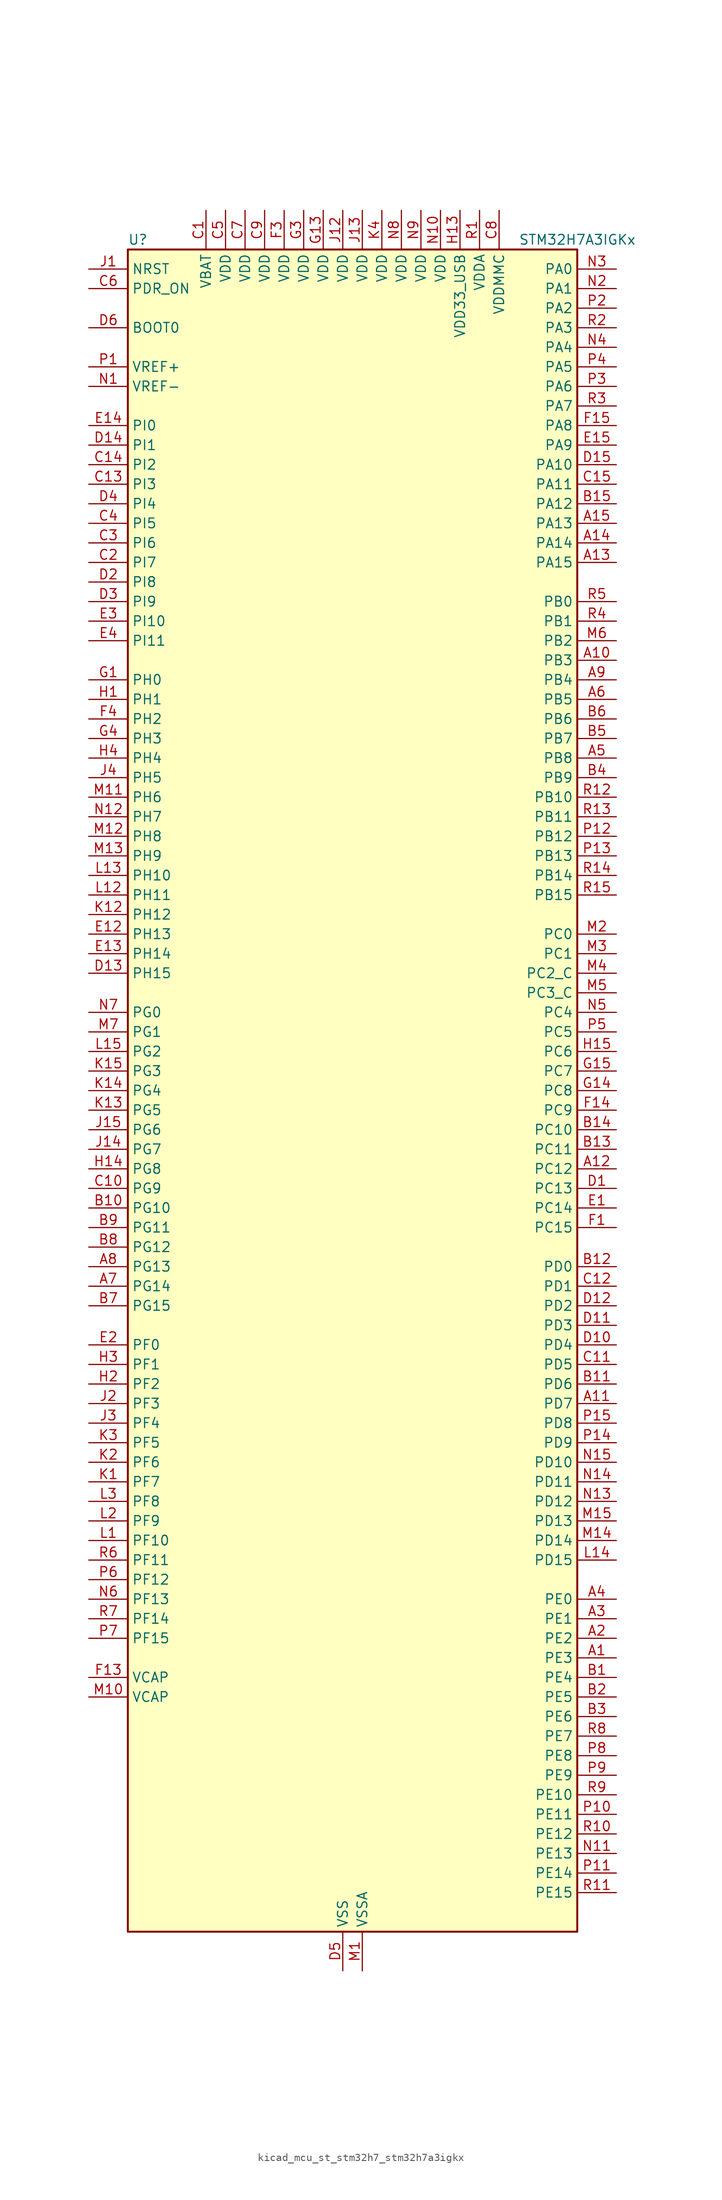
<source format=kicad_sym>
(kicad_symbol_lib
  (version 20220914)
  (generator kicad_symbol_editor)
  (symbol "kicad_mcu_st_stm32h7_stm32h7a3igkx"
    (property "Reference" "U"
      (at -27.94 110.49 0)
      (effects (font (size 1.27 1.27)) (justify left)))
    (property "Value" "STM32H7A3IGKx"
      (at 22.86 110.49 0)
      (effects (font (size 1.27 1.27)) (justify left)))
    (property "ki_locked" ""
      (at 0 0 0)
      (effects (font (size 1.27 1.27))))
    (symbol "kicad_mcu_st_stm32h7_stm32h7a3igkx_0_1"
      (rectangle (start -27.94 -109.22) (end 30.48 109.22) (stroke (width 0.254) (type default)) (fill (type background))))
    (symbol "kicad_mcu_st_stm32h7_stm32h7a3igkx_1_1"
      (pin bidirectional line (at 35.56 -73.66 180) (length 5.08) (name "PE3" (effects (font (size 1.27 1.27)))) (number "A1" (effects (font (size 1.27 1.27)))) (alternate "DEBUG_TRACED0" bidirectional line) (alternate "FMC_A19" bidirectional line) (alternate "SAI1_SD_B" bidirectional line) (alternate "TIM15_BKIN" bidirectional line) (alternate "USART10_TX" bidirectional line))
      (pin bidirectional line (at 35.56 55.88 180) (length 5.08) (name "PB3" (effects (font (size 1.27 1.27)))) (number "A10" (effects (font (size 1.27 1.27)))) (alternate "CRS_SYNC" bidirectional line) (alternate "DEBUG_JTDO-SWO" bidirectional line) (alternate "I2S1_CK" bidirectional line) (alternate "I2S3_CK" bidirectional line) (alternate "I2S6_CK" bidirectional line) (alternate "SDMMC2_D2" bidirectional line) (alternate "SPI1_SCK" bidirectional line) (alternate "SPI3_SCK" bidirectional line) (alternate "SPI6_SCK" bidirectional line) (alternate "TIM2_CH2" bidirectional line) (alternate "UART7_RX" bidirectional line))
      (pin bidirectional line (at 35.56 -40.64 180) (length 5.08) (name "PD7" (effects (font (size 1.27 1.27)))) (number "A11" (effects (font (size 1.27 1.27)))) (alternate "DFSDM1_CKIN1" bidirectional line) (alternate "DFSDM1_DATIN4" bidirectional line) (alternate "FMC_NE1" bidirectional line) (alternate "I2S1_SDO" bidirectional line) (alternate "OCTOSPIM_P1_IO7" bidirectional line) (alternate "SDMMC2_CMD" bidirectional line) (alternate "SPDIFRX_IN0" bidirectional line) (alternate "SPI1_MOSI" bidirectional line) (alternate "USART2_CK" bidirectional line))
      (pin bidirectional line (at 35.56 -10.16 180) (length 5.08) (name "PC12" (effects (font (size 1.27 1.27)))) (number "A12" (effects (font (size 1.27 1.27)))) (alternate "DCMI_D9" bidirectional line) (alternate "DEBUG_TRACED3" bidirectional line) (alternate "DFSDM2_CKOUT" bidirectional line) (alternate "I2S3_SDO" bidirectional line) (alternate "I2S6_CK" bidirectional line) (alternate "LTDC_R6" bidirectional line) (alternate "PSSI_D9" bidirectional line) (alternate "SDMMC1_CK" bidirectional line) (alternate "SPI3_MOSI" bidirectional line) (alternate "SPI6_SCK" bidirectional line) (alternate "TIM15_CH1" bidirectional line) (alternate "UART5_TX" bidirectional line) (alternate "USART3_CK" bidirectional line))
      (pin bidirectional line (at 35.56 68.58 180) (length 5.08) (name "PA15" (effects (font (size 1.27 1.27)))) (number "A13" (effects (font (size 1.27 1.27)))) (alternate "ADC1_EXTI15" bidirectional line) (alternate "ADC2_EXTI15" bidirectional line) (alternate "CEC" bidirectional line) (alternate "DEBUG_JTDI" bidirectional line) (alternate "I2S1_WS" bidirectional line) (alternate "I2S3_WS" bidirectional line) (alternate "I2S6_WS" bidirectional line) (alternate "LTDC_B6" bidirectional line) (alternate "LTDC_R3" bidirectional line) (alternate "SPI1_NSS" bidirectional line) (alternate "SPI3_NSS" bidirectional line) (alternate "SPI6_NSS" bidirectional line) (alternate "TIM2_CH1" bidirectional line) (alternate "TIM2_ETR" bidirectional line) (alternate "UART4_DE" bidirectional line) (alternate "UART4_RTS" bidirectional line) (alternate "UART7_TX" bidirectional line))
      (pin bidirectional line (at 35.56 71.12 180) (length 5.08) (name "PA14" (effects (font (size 1.27 1.27)))) (number "A14" (effects (font (size 1.27 1.27)))) (alternate "DEBUG_JTCK-SWCLK" bidirectional line))
      (pin bidirectional line (at 35.56 73.66 180) (length 5.08) (name "PA13" (effects (font (size 1.27 1.27)))) (number "A15" (effects (font (size 1.27 1.27)))) (alternate "DEBUG_JTMS-SWDIO" bidirectional line))
      (pin bidirectional line (at 35.56 -71.12 180) (length 5.08) (name "PE2" (effects (font (size 1.27 1.27)))) (number "A2" (effects (font (size 1.27 1.27)))) (alternate "DEBUG_TRACECLK" bidirectional line) (alternate "FMC_A23" bidirectional line) (alternate "OCTOSPIM_P1_IO2" bidirectional line) (alternate "SAI1_CK1" bidirectional line) (alternate "SAI1_MCLK_A" bidirectional line) (alternate "SPI4_SCK" bidirectional line) (alternate "USART10_RX" bidirectional line))
      (pin bidirectional line (at 35.56 -68.58 180) (length 5.08) (name "PE1" (effects (font (size 1.27 1.27)))) (number "A3" (effects (font (size 1.27 1.27)))) (alternate "DCMI_D3" bidirectional line) (alternate "FMC_NBL1" bidirectional line) (alternate "LPTIM1_IN2" bidirectional line) (alternate "LTDC_R6" bidirectional line) (alternate "PSSI_D3" bidirectional line) (alternate "UART8_TX" bidirectional line))
      (pin bidirectional line (at 35.56 -66.04 180) (length 5.08) (name "PE0" (effects (font (size 1.27 1.27)))) (number "A4" (effects (font (size 1.27 1.27)))) (alternate "DCMI_D2" bidirectional line) (alternate "FMC_NBL0" bidirectional line) (alternate "LPTIM1_ETR" bidirectional line) (alternate "LPTIM2_ETR" bidirectional line) (alternate "LTDC_R0" bidirectional line) (alternate "PSSI_D2" bidirectional line) (alternate "SAI2_MCLK_A" bidirectional line) (alternate "TIM4_ETR" bidirectional line) (alternate "UART8_RX" bidirectional line))
      (pin bidirectional line (at 35.56 43.18 180) (length 5.08) (name "PB8" (effects (font (size 1.27 1.27)))) (number "A5" (effects (font (size 1.27 1.27)))) (alternate "DCMI_D6" bidirectional line) (alternate "DFSDM1_CKIN7" bidirectional line) (alternate "FDCAN1_RX" bidirectional line) (alternate "I2C1_SCL" bidirectional line) (alternate "I2C4_SCL" bidirectional line) (alternate "LTDC_B6" bidirectional line) (alternate "PSSI_D6" bidirectional line) (alternate "SDMMC1_CKIN" bidirectional line) (alternate "SDMMC1_D4" bidirectional line) (alternate "SDMMC2_D4" bidirectional line) (alternate "TIM16_CH1" bidirectional line) (alternate "TIM4_CH3" bidirectional line) (alternate "UART4_RX" bidirectional line))
      (pin bidirectional line (at 35.56 50.8 180) (length 5.08) (name "PB5" (effects (font (size 1.27 1.27)))) (number "A6" (effects (font (size 1.27 1.27)))) (alternate "DCMI_D10" bidirectional line) (alternate "FDCAN2_RX" bidirectional line) (alternate "FMC_SDCKE1" bidirectional line) (alternate "I2C1_SMBA" bidirectional line) (alternate "I2C4_SMBA" bidirectional line) (alternate "I2S1_SDO" bidirectional line) (alternate "I2S3_SDO" bidirectional line) (alternate "I2S6_SDO" bidirectional line) (alternate "LTDC_B5" bidirectional line) (alternate "PSSI_D10" bidirectional line) (alternate "SPI1_MOSI" bidirectional line) (alternate "SPI3_MOSI" bidirectional line) (alternate "SPI6_MOSI" bidirectional line) (alternate "TIM17_BKIN" bidirectional line) (alternate "TIM3_CH2" bidirectional line) (alternate "UART5_RX" bidirectional line) (alternate "USB_OTG_HS_ULPI_D7" bidirectional line))
      (pin bidirectional line (at -33.02 -25.4 0) (length 5.08) (name "PG14" (effects (font (size 1.27 1.27)))) (number "A7" (effects (font (size 1.27 1.27)))) (alternate "DEBUG_TRACED1" bidirectional line) (alternate "FMC_A25" bidirectional line) (alternate "I2S6_SDO" bidirectional line) (alternate "LPTIM1_ETR" bidirectional line) (alternate "LTDC_B0" bidirectional line) (alternate "OCTOSPIM_P1_IO7" bidirectional line) (alternate "SDMMC2_D7" bidirectional line) (alternate "SPI6_MOSI" bidirectional line) (alternate "USART10_DE" bidirectional line) (alternate "USART10_RTS" bidirectional line) (alternate "USART6_TX" bidirectional line))
      (pin bidirectional line (at -33.02 -22.86 0) (length 5.08) (name "PG13" (effects (font (size 1.27 1.27)))) (number "A8" (effects (font (size 1.27 1.27)))) (alternate "DEBUG_TRACED0" bidirectional line) (alternate "FMC_A24" bidirectional line) (alternate "I2S6_CK" bidirectional line) (alternate "LPTIM1_OUT" bidirectional line) (alternate "LTDC_R0" bidirectional line) (alternate "SDMMC2_D6" bidirectional line) (alternate "SPI6_SCK" bidirectional line) (alternate "USART10_CTS" bidirectional line) (alternate "USART10_NSS" bidirectional line) (alternate "USART6_CTS" bidirectional line) (alternate "USART6_NSS" bidirectional line))
      (pin bidirectional line (at 35.56 53.34 180) (length 5.08) (name "PB4" (effects (font (size 1.27 1.27)))) (number "A9" (effects (font (size 1.27 1.27)))) (alternate "DEBUG_JTRST" bidirectional line) (alternate "I2S1_SDI" bidirectional line) (alternate "I2S2_WS" bidirectional line) (alternate "I2S3_SDI" bidirectional line) (alternate "I2S6_SDI" bidirectional line) (alternate "SDMMC2_D3" bidirectional line) (alternate "SPI1_MISO" bidirectional line) (alternate "SPI2_NSS" bidirectional line) (alternate "SPI3_MISO" bidirectional line) (alternate "SPI6_MISO" bidirectional line) (alternate "TIM16_BKIN" bidirectional line) (alternate "TIM3_CH1" bidirectional line) (alternate "UART7_TX" bidirectional line))
      (pin bidirectional line (at 35.56 -76.2 180) (length 5.08) (name "PE4" (effects (font (size 1.27 1.27)))) (number "B1" (effects (font (size 1.27 1.27)))) (alternate "DCMI_D4" bidirectional line) (alternate "DEBUG_TRACED1" bidirectional line) (alternate "DFSDM1_DATIN3" bidirectional line) (alternate "FMC_A20" bidirectional line) (alternate "LTDC_B0" bidirectional line) (alternate "PSSI_D4" bidirectional line) (alternate "SAI1_D2" bidirectional line) (alternate "SAI1_FS_A" bidirectional line) (alternate "SPI4_NSS" bidirectional line) (alternate "TIM15_CH1N" bidirectional line))
      (pin bidirectional line (at -33.02 -15.24 0) (length 5.08) (name "PG10" (effects (font (size 1.27 1.27)))) (number "B10" (effects (font (size 1.27 1.27)))) (alternate "DCMI_D2" bidirectional line) (alternate "FMC_NE3" bidirectional line) (alternate "I2S1_WS" bidirectional line) (alternate "LTDC_B2" bidirectional line) (alternate "LTDC_G3" bidirectional line) (alternate "OCTOSPIM_P2_IO6" bidirectional line) (alternate "PSSI_D2" bidirectional line) (alternate "SAI2_SD_B" bidirectional line) (alternate "SDMMC2_D1" bidirectional line) (alternate "SPI1_NSS" bidirectional line))
      (pin bidirectional line (at 35.56 -38.1 180) (length 5.08) (name "PD6" (effects (font (size 1.27 1.27)))) (number "B11" (effects (font (size 1.27 1.27)))) (alternate "DCMI_D10" bidirectional line) (alternate "DFSDM1_CKIN4" bidirectional line) (alternate "DFSDM1_DATIN1" bidirectional line) (alternate "FMC_NWAIT" bidirectional line) (alternate "I2S3_SDO" bidirectional line) (alternate "LTDC_B2" bidirectional line) (alternate "OCTOSPIM_P1_IO6" bidirectional line) (alternate "PSSI_D10" bidirectional line) (alternate "SAI1_D1" bidirectional line) (alternate "SAI1_SD_A" bidirectional line) (alternate "SDMMC2_CK" bidirectional line) (alternate "SPI3_MOSI" bidirectional line) (alternate "USART2_RX" bidirectional line))
      (pin bidirectional line (at 35.56 -22.86 180) (length 5.08) (name "PD0" (effects (font (size 1.27 1.27)))) (number "B12" (effects (font (size 1.27 1.27)))) (alternate "DFSDM1_CKIN6" bidirectional line) (alternate "FDCAN1_RX" bidirectional line) (alternate "FMC_D2" bidirectional line) (alternate "FMC_DA2" bidirectional line) (alternate "LTDC_B1" bidirectional line) (alternate "UART4_RX" bidirectional line) (alternate "UART9_CTS" bidirectional line))
      (pin bidirectional line (at 35.56 -7.62 180) (length 5.08) (name "PC11" (effects (font (size 1.27 1.27)))) (number "B13" (effects (font (size 1.27 1.27)))) (alternate "ADC1_EXTI11" bidirectional line) (alternate "ADC2_EXTI11" bidirectional line) (alternate "DCMI_D4" bidirectional line) (alternate "DFSDM1_DATIN5" bidirectional line) (alternate "DFSDM2_DATIN0" bidirectional line) (alternate "I2S3_SDI" bidirectional line) (alternate "LTDC_B4" bidirectional line) (alternate "OCTOSPIM_P1_NCS" bidirectional line) (alternate "PSSI_D4" bidirectional line) (alternate "SDMMC1_D3" bidirectional line) (alternate "SPI3_MISO" bidirectional line) (alternate "UART4_RX" bidirectional line) (alternate "USART3_RX" bidirectional line))
      (pin bidirectional line (at 35.56 -5.08 180) (length 5.08) (name "PC10" (effects (font (size 1.27 1.27)))) (number "B14" (effects (font (size 1.27 1.27)))) (alternate "DCMI_D8" bidirectional line) (alternate "DFSDM1_CKIN5" bidirectional line) (alternate "DFSDM2_CKIN0" bidirectional line) (alternate "I2S3_CK" bidirectional line) (alternate "LTDC_B1" bidirectional line) (alternate "LTDC_R2" bidirectional line) (alternate "OCTOSPIM_P1_IO1" bidirectional line) (alternate "PSSI_D8" bidirectional line) (alternate "SDMMC1_D2" bidirectional line) (alternate "SPI3_SCK" bidirectional line) (alternate "SWPMI1_RX" bidirectional line) (alternate "UART4_TX" bidirectional line) (alternate "USART3_TX" bidirectional line))
      (pin bidirectional line (at 35.56 76.2 180) (length 5.08) (name "PA12" (effects (font (size 1.27 1.27)))) (number "B15" (effects (font (size 1.27 1.27)))) (alternate "FDCAN1_TX" bidirectional line) (alternate "I2S2_CK" bidirectional line) (alternate "LPUART1_DE" bidirectional line) (alternate "LPUART1_RTS" bidirectional line) (alternate "LTDC_R5" bidirectional line) (alternate "SAI2_FS_B" bidirectional line) (alternate "SPI2_SCK" bidirectional line) (alternate "TIM1_ETR" bidirectional line) (alternate "UART4_TX" bidirectional line) (alternate "USART1_DE" bidirectional line) (alternate "USART1_RTS" bidirectional line) (alternate "USB_OTG_HS_DP" bidirectional line))
      (pin bidirectional line (at 35.56 -78.74 180) (length 5.08) (name "PE5" (effects (font (size 1.27 1.27)))) (number "B2" (effects (font (size 1.27 1.27)))) (alternate "DCMI_D6" bidirectional line) (alternate "DEBUG_TRACED2" bidirectional line) (alternate "DFSDM1_CKIN3" bidirectional line) (alternate "FMC_A21" bidirectional line) (alternate "LTDC_G0" bidirectional line) (alternate "PSSI_D6" bidirectional line) (alternate "SAI1_CK2" bidirectional line) (alternate "SAI1_SCK_A" bidirectional line) (alternate "SPI4_MISO" bidirectional line) (alternate "TIM15_CH1" bidirectional line))
      (pin bidirectional line (at 35.56 -81.28 180) (length 5.08) (name "PE6" (effects (font (size 1.27 1.27)))) (number "B3" (effects (font (size 1.27 1.27)))) (alternate "DCMI_D7" bidirectional line) (alternate "DEBUG_TRACED3" bidirectional line) (alternate "FMC_A22" bidirectional line) (alternate "LTDC_G1" bidirectional line) (alternate "PSSI_D7" bidirectional line) (alternate "SAI1_D1" bidirectional line) (alternate "SAI1_SD_A" bidirectional line) (alternate "SAI2_MCLK_B" bidirectional line) (alternate "SPI4_MOSI" bidirectional line) (alternate "TIM15_CH2" bidirectional line) (alternate "TIM1_BKIN2" bidirectional line) (alternate "TIM1_BKIN2_COMP1" bidirectional line) (alternate "TIM1_BKIN2_COMP2" bidirectional line))
      (pin bidirectional line (at 35.56 40.64 180) (length 5.08) (name "PB9" (effects (font (size 1.27 1.27)))) (number "B4" (effects (font (size 1.27 1.27)))) (alternate "DAC1_EXTI9" bidirectional line) (alternate "DCMI_D7" bidirectional line) (alternate "DFSDM1_DATIN7" bidirectional line) (alternate "FDCAN1_TX" bidirectional line) (alternate "I2C1_SDA" bidirectional line) (alternate "I2C4_SDA" bidirectional line) (alternate "I2C4_SMBA" bidirectional line) (alternate "I2S2_WS" bidirectional line) (alternate "LTDC_B7" bidirectional line) (alternate "PSSI_D7" bidirectional line) (alternate "SDMMC1_CDIR" bidirectional line) (alternate "SDMMC1_D5" bidirectional line) (alternate "SDMMC2_D5" bidirectional line) (alternate "SPI2_NSS" bidirectional line) (alternate "TIM17_CH1" bidirectional line) (alternate "TIM4_CH4" bidirectional line) (alternate "UART4_TX" bidirectional line))
      (pin bidirectional line (at 35.56 45.72 180) (length 5.08) (name "PB7" (effects (font (size 1.27 1.27)))) (number "B5" (effects (font (size 1.27 1.27)))) (alternate "DCMI_VSYNC" bidirectional line) (alternate "DFSDM1_CKIN5" bidirectional line) (alternate "FMC_NL" bidirectional line) (alternate "I2C1_SDA" bidirectional line) (alternate "I2C4_SDA" bidirectional line) (alternate "LPUART1_RX" bidirectional line) (alternate "PSSI_RDY" bidirectional line) (alternate "PWR_PVD_IN" bidirectional line) (alternate "TIM17_CH1N" bidirectional line) (alternate "TIM4_CH2" bidirectional line) (alternate "USART1_RX" bidirectional line))
      (pin bidirectional line (at 35.56 48.26 180) (length 5.08) (name "PB6" (effects (font (size 1.27 1.27)))) (number "B6" (effects (font (size 1.27 1.27)))) (alternate "CEC" bidirectional line) (alternate "DCMI_D5" bidirectional line) (alternate "DFSDM1_DATIN5" bidirectional line) (alternate "FDCAN2_TX" bidirectional line) (alternate "FMC_SDNE1" bidirectional line) (alternate "I2C1_SCL" bidirectional line) (alternate "I2C4_SCL" bidirectional line) (alternate "LPUART1_TX" bidirectional line) (alternate "OCTOSPIM_P1_NCS" bidirectional line) (alternate "PSSI_D5" bidirectional line) (alternate "TIM16_CH1N" bidirectional line) (alternate "TIM4_CH1" bidirectional line) (alternate "UART5_TX" bidirectional line) (alternate "USART1_TX" bidirectional line))
      (pin bidirectional line (at -33.02 -27.94 0) (length 5.08) (name "PG15" (effects (font (size 1.27 1.27)))) (number "B7" (effects (font (size 1.27 1.27)))) (alternate "ADC1_EXTI15" bidirectional line) (alternate "ADC2_EXTI15" bidirectional line) (alternate "DCMI_D13" bidirectional line) (alternate "FMC_SDNCAS" bidirectional line) (alternate "OCTOSPIM_P2_DQS" bidirectional line) (alternate "PSSI_D13" bidirectional line) (alternate "USART10_CK" bidirectional line) (alternate "USART6_CTS" bidirectional line) (alternate "USART6_NSS" bidirectional line))
      (pin bidirectional line (at -33.02 -20.32 0) (length 5.08) (name "PG12" (effects (font (size 1.27 1.27)))) (number "B8" (effects (font (size 1.27 1.27)))) (alternate "FMC_NE4" bidirectional line) (alternate "I2S6_SDI" bidirectional line) (alternate "LPTIM1_IN1" bidirectional line) (alternate "LTDC_B1" bidirectional line) (alternate "LTDC_B4" bidirectional line) (alternate "OCTOSPIM_P2_NCS" bidirectional line) (alternate "SDMMC2_D3" bidirectional line) (alternate "SPDIFRX_IN1" bidirectional line) (alternate "SPI6_MISO" bidirectional line) (alternate "USART10_TX" bidirectional line) (alternate "USART6_DE" bidirectional line) (alternate "USART6_RTS" bidirectional line))
      (pin bidirectional line (at -33.02 -17.78 0) (length 5.08) (name "PG11" (effects (font (size 1.27 1.27)))) (number "B9" (effects (font (size 1.27 1.27)))) (alternate "ADC1_EXTI11" bidirectional line) (alternate "ADC2_EXTI11" bidirectional line) (alternate "DCMI_D3" bidirectional line) (alternate "I2S1_CK" bidirectional line) (alternate "LPTIM1_IN2" bidirectional line) (alternate "LTDC_B3" bidirectional line) (alternate "OCTOSPIM_P2_IO7" bidirectional line) (alternate "PSSI_D3" bidirectional line) (alternate "SDMMC2_D2" bidirectional line) (alternate "SPDIFRX_IN0" bidirectional line) (alternate "SPI1_SCK" bidirectional line) (alternate "USART10_RX" bidirectional line))
      (pin power_in line (at -17.78 114.3 270) (length 5.08) (name "VBAT" (effects (font (size 1.27 1.27)))) (number "C1" (effects (font (size 1.27 1.27)))))
      (pin bidirectional line (at -33.02 -12.7 0) (length 5.08) (name "PG9" (effects (font (size 1.27 1.27)))) (number "C10" (effects (font (size 1.27 1.27)))) (alternate "DAC1_EXTI9" bidirectional line) (alternate "DCMI_VSYNC" bidirectional line) (alternate "FMC_NCE" bidirectional line) (alternate "FMC_NE2" bidirectional line) (alternate "I2S1_SDI" bidirectional line) (alternate "OCTOSPIM_P1_IO6" bidirectional line) (alternate "PSSI_RDY" bidirectional line) (alternate "SAI2_FS_B" bidirectional line) (alternate "SDMMC2_D0" bidirectional line) (alternate "SPDIFRX_IN3" bidirectional line) (alternate "SPI1_MISO" bidirectional line) (alternate "USART6_RX" bidirectional line))
      (pin bidirectional line (at 35.56 -35.56 180) (length 5.08) (name "PD5" (effects (font (size 1.27 1.27)))) (number "C11" (effects (font (size 1.27 1.27)))) (alternate "FMC_NWE" bidirectional line) (alternate "OCTOSPIM_P1_IO5" bidirectional line) (alternate "USART2_TX" bidirectional line))
      (pin bidirectional line (at 35.56 -25.4 180) (length 5.08) (name "PD1" (effects (font (size 1.27 1.27)))) (number "C12" (effects (font (size 1.27 1.27)))) (alternate "DFSDM1_DATIN6" bidirectional line) (alternate "FDCAN1_TX" bidirectional line) (alternate "FMC_D3" bidirectional line) (alternate "FMC_DA3" bidirectional line) (alternate "UART4_TX" bidirectional line))
      (pin bidirectional line (at -33.02 78.74 0) (length 5.08) (name "PI3" (effects (font (size 1.27 1.27)))) (number "C13" (effects (font (size 1.27 1.27)))) (alternate "DCMI_D10" bidirectional line) (alternate "FMC_D27" bidirectional line) (alternate "I2S2_SDO" bidirectional line) (alternate "PSSI_D10" bidirectional line) (alternate "SPI2_MOSI" bidirectional line) (alternate "TIM8_ETR" bidirectional line))
      (pin bidirectional line (at -33.02 81.28 0) (length 5.08) (name "PI2" (effects (font (size 1.27 1.27)))) (number "C14" (effects (font (size 1.27 1.27)))) (alternate "DCMI_D9" bidirectional line) (alternate "FMC_D26" bidirectional line) (alternate "I2S2_SDI" bidirectional line) (alternate "LTDC_G7" bidirectional line) (alternate "PSSI_D9" bidirectional line) (alternate "SPI2_MISO" bidirectional line) (alternate "TIM8_CH4" bidirectional line))
      (pin bidirectional line (at 35.56 78.74 180) (length 5.08) (name "PA11" (effects (font (size 1.27 1.27)))) (number "C15" (effects (font (size 1.27 1.27)))) (alternate "ADC1_EXTI11" bidirectional line) (alternate "ADC2_EXTI11" bidirectional line) (alternate "FDCAN1_RX" bidirectional line) (alternate "I2S2_WS" bidirectional line) (alternate "LPUART1_CTS" bidirectional line) (alternate "LTDC_R4" bidirectional line) (alternate "SPI2_NSS" bidirectional line) (alternate "TIM1_CH4" bidirectional line) (alternate "UART4_RX" bidirectional line) (alternate "USART1_CTS" bidirectional line) (alternate "USART1_NSS" bidirectional line) (alternate "USB_OTG_HS_DM" bidirectional line))
      (pin bidirectional line (at -33.02 68.58 0) (length 5.08) (name "PI7" (effects (font (size 1.27 1.27)))) (number "C2" (effects (font (size 1.27 1.27)))) (alternate "DCMI_D7" bidirectional line) (alternate "FMC_D29" bidirectional line) (alternate "LTDC_B7" bidirectional line) (alternate "PSSI_D7" bidirectional line) (alternate "SAI2_FS_A" bidirectional line) (alternate "TIM8_CH3" bidirectional line))
      (pin bidirectional line (at -33.02 71.12 0) (length 5.08) (name "PI6" (effects (font (size 1.27 1.27)))) (number "C3" (effects (font (size 1.27 1.27)))) (alternate "DCMI_D6" bidirectional line) (alternate "FMC_D28" bidirectional line) (alternate "LTDC_B6" bidirectional line) (alternate "PSSI_D6" bidirectional line) (alternate "SAI2_SD_A" bidirectional line) (alternate "TIM8_CH2" bidirectional line))
      (pin bidirectional line (at -33.02 73.66 0) (length 5.08) (name "PI5" (effects (font (size 1.27 1.27)))) (number "C4" (effects (font (size 1.27 1.27)))) (alternate "DCMI_VSYNC" bidirectional line) (alternate "FMC_NBL3" bidirectional line) (alternate "LTDC_B5" bidirectional line) (alternate "PSSI_RDY" bidirectional line) (alternate "SAI2_SCK_A" bidirectional line) (alternate "TIM8_CH1" bidirectional line))
      (pin power_in line (at -15.24 114.3 270) (length 5.08) (name "VDD" (effects (font (size 1.27 1.27)))) (number "C5" (effects (font (size 1.27 1.27)))))
      (pin input line (at -33.02 104.14 0) (length 5.08) (name "PDR_ON" (effects (font (size 1.27 1.27)))) (number "C6" (effects (font (size 1.27 1.27)))))
      (pin power_in line (at -12.7 114.3 270) (length 5.08) (name "VDD" (effects (font (size 1.27 1.27)))) (number "C7" (effects (font (size 1.27 1.27)))))
      (pin power_in line (at 20.32 114.3 270) (length 5.08) (name "VDDMMC" (effects (font (size 1.27 1.27)))) (number "C8" (effects (font (size 1.27 1.27)))))
      (pin power_in line (at -10.16 114.3 270) (length 5.08) (name "VDD" (effects (font (size 1.27 1.27)))) (number "C9" (effects (font (size 1.27 1.27)))))
      (pin bidirectional line (at 35.56 -12.7 180) (length 5.08) (name "PC13" (effects (font (size 1.27 1.27)))) (number "D1" (effects (font (size 1.27 1.27)))) (alternate "PWR_WKUP4" bidirectional line) (alternate "RTC_OUT_ALARM" bidirectional line) (alternate "RTC_OUT_CALIB" bidirectional line) (alternate "RTC_TAMP1" bidirectional line) (alternate "RTC_TS" bidirectional line))
      (pin bidirectional line (at 35.56 -33.02 180) (length 5.08) (name "PD4" (effects (font (size 1.27 1.27)))) (number "D10" (effects (font (size 1.27 1.27)))) (alternate "FMC_NOE" bidirectional line) (alternate "OCTOSPIM_P1_IO4" bidirectional line) (alternate "USART2_DE" bidirectional line) (alternate "USART2_RTS" bidirectional line))
      (pin bidirectional line (at 35.56 -30.48 180) (length 5.08) (name "PD3" (effects (font (size 1.27 1.27)))) (number "D11" (effects (font (size 1.27 1.27)))) (alternate "DCMI_D5" bidirectional line) (alternate "DFSDM1_CKOUT" bidirectional line) (alternate "FMC_CLK" bidirectional line) (alternate "I2S2_CK" bidirectional line) (alternate "LTDC_G7" bidirectional line) (alternate "PSSI_D5" bidirectional line) (alternate "SPI2_SCK" bidirectional line) (alternate "USART2_CTS" bidirectional line) (alternate "USART2_NSS" bidirectional line))
      (pin bidirectional line (at 35.56 -27.94 180) (length 5.08) (name "PD2" (effects (font (size 1.27 1.27)))) (number "D12" (effects (font (size 1.27 1.27)))) (alternate "DCMI_D11" bidirectional line) (alternate "DEBUG_TRACED2" bidirectional line) (alternate "LTDC_B2" bidirectional line) (alternate "LTDC_B7" bidirectional line) (alternate "PSSI_D11" bidirectional line) (alternate "SDMMC1_CMD" bidirectional line) (alternate "TIM15_BKIN" bidirectional line) (alternate "TIM3_ETR" bidirectional line) (alternate "UART5_RX" bidirectional line))
      (pin bidirectional line (at -33.02 15.24 0) (length 5.08) (name "PH15" (effects (font (size 1.27 1.27)))) (number "D13" (effects (font (size 1.27 1.27)))) (alternate "ADC1_EXTI15" bidirectional line) (alternate "ADC2_EXTI15" bidirectional line) (alternate "DCMI_D11" bidirectional line) (alternate "FMC_D23" bidirectional line) (alternate "LTDC_G4" bidirectional line) (alternate "PSSI_D11" bidirectional line) (alternate "TIM8_CH3N" bidirectional line))
      (pin bidirectional line (at -33.02 83.82 0) (length 5.08) (name "PI1" (effects (font (size 1.27 1.27)))) (number "D14" (effects (font (size 1.27 1.27)))) (alternate "DCMI_D8" bidirectional line) (alternate "FMC_D25" bidirectional line) (alternate "I2S2_CK" bidirectional line) (alternate "LTDC_G6" bidirectional line) (alternate "PSSI_D8" bidirectional line) (alternate "SPI2_SCK" bidirectional line) (alternate "TIM8_BKIN2" bidirectional line) (alternate "TIM8_BKIN2_COMP1" bidirectional line) (alternate "TIM8_BKIN2_COMP2" bidirectional line))
      (pin bidirectional line (at 35.56 81.28 180) (length 5.08) (name "PA10" (effects (font (size 1.27 1.27)))) (number "D15" (effects (font (size 1.27 1.27)))) (alternate "DCMI_D1" bidirectional line) (alternate "LPUART1_RX" bidirectional line) (alternate "LTDC_B1" bidirectional line) (alternate "LTDC_B4" bidirectional line) (alternate "MDIOS_MDIO" bidirectional line) (alternate "PSSI_D1" bidirectional line) (alternate "TIM1_CH3" bidirectional line) (alternate "USART1_RX" bidirectional line) (alternate "USB_OTG_HS_ID" bidirectional line))
      (pin bidirectional line (at -33.02 66.04 0) (length 5.08) (name "PI8" (effects (font (size 1.27 1.27)))) (number "D2" (effects (font (size 1.27 1.27)))) (alternate "PWR_WKUP3" bidirectional line) (alternate "RTC_OUT_ALARM" bidirectional line) (alternate "RTC_TAMP2" bidirectional line))
      (pin bidirectional line (at -33.02 63.5 0) (length 5.08) (name "PI9" (effects (font (size 1.27 1.27)))) (number "D3" (effects (font (size 1.27 1.27)))) (alternate "DAC1_EXTI9" bidirectional line) (alternate "FDCAN1_RX" bidirectional line) (alternate "FMC_D30" bidirectional line) (alternate "LTDC_VSYNC" bidirectional line) (alternate "OCTOSPIM_P2_IO0" bidirectional line) (alternate "UART4_RX" bidirectional line))
      (pin bidirectional line (at -33.02 76.2 0) (length 5.08) (name "PI4" (effects (font (size 1.27 1.27)))) (number "D4" (effects (font (size 1.27 1.27)))) (alternate "DCMI_D5" bidirectional line) (alternate "FMC_NBL2" bidirectional line) (alternate "LTDC_B4" bidirectional line) (alternate "PSSI_D5" bidirectional line) (alternate "SAI2_MCLK_A" bidirectional line) (alternate "TIM8_BKIN" bidirectional line) (alternate "TIM8_BKIN_COMP1" bidirectional line) (alternate "TIM8_BKIN_COMP2" bidirectional line))
      (pin power_in line (at 0 -114.3 90) (length 5.08) (name "VSS" (effects (font (size 1.27 1.27)))) (number "D5" (effects (font (size 1.27 1.27)))))
      (pin input line (at -33.02 99.06 0) (length 5.08) (name "BOOT0" (effects (font (size 1.27 1.27)))) (number "D6" (effects (font (size 1.27 1.27)))))
      (pin passive line (at 0 -114.3 90) (length 5.08) hide (name "VSS" (effects (font (size 1.27 1.27)))) (number "D7" (effects (font (size 1.27 1.27)))))
      (pin passive line (at 0 -114.3 90) (length 5.08) hide (name "VSS" (effects (font (size 1.27 1.27)))) (number "D8" (effects (font (size 1.27 1.27)))))
      (pin passive line (at 0 -114.3 90) (length 5.08) hide (name "VSS" (effects (font (size 1.27 1.27)))) (number "D9" (effects (font (size 1.27 1.27)))))
      (pin bidirectional line (at 35.56 -15.24 180) (length 5.08) (name "PC14" (effects (font (size 1.27 1.27)))) (number "E1" (effects (font (size 1.27 1.27)))) (alternate "RCC_OSC32_IN" bidirectional line))
      (pin bidirectional line (at -33.02 20.32 0) (length 5.08) (name "PH13" (effects (font (size 1.27 1.27)))) (number "E12" (effects (font (size 1.27 1.27)))) (alternate "FDCAN1_TX" bidirectional line) (alternate "FMC_D21" bidirectional line) (alternate "LTDC_G2" bidirectional line) (alternate "TIM8_CH1N" bidirectional line) (alternate "UART4_TX" bidirectional line))
      (pin bidirectional line (at -33.02 17.78 0) (length 5.08) (name "PH14" (effects (font (size 1.27 1.27)))) (number "E13" (effects (font (size 1.27 1.27)))) (alternate "DCMI_D4" bidirectional line) (alternate "FDCAN1_RX" bidirectional line) (alternate "FMC_D22" bidirectional line) (alternate "LTDC_G3" bidirectional line) (alternate "PSSI_D4" bidirectional line) (alternate "TIM8_CH2N" bidirectional line) (alternate "UART4_RX" bidirectional line))
      (pin bidirectional line (at -33.02 86.36 0) (length 5.08) (name "PI0" (effects (font (size 1.27 1.27)))) (number "E14" (effects (font (size 1.27 1.27)))) (alternate "DCMI_D13" bidirectional line) (alternate "FMC_D24" bidirectional line) (alternate "I2S2_WS" bidirectional line) (alternate "LTDC_G5" bidirectional line) (alternate "PSSI_D13" bidirectional line) (alternate "SPI2_NSS" bidirectional line) (alternate "TIM5_CH4" bidirectional line))
      (pin bidirectional line (at 35.56 83.82 180) (length 5.08) (name "PA9" (effects (font (size 1.27 1.27)))) (number "E15" (effects (font (size 1.27 1.27)))) (alternate "DAC1_EXTI9" bidirectional line) (alternate "DCMI_D0" bidirectional line) (alternate "I2C3_SMBA" bidirectional line) (alternate "I2S2_CK" bidirectional line) (alternate "LPUART1_TX" bidirectional line) (alternate "LTDC_R5" bidirectional line) (alternate "PSSI_D0" bidirectional line) (alternate "SPI2_SCK" bidirectional line) (alternate "TIM1_CH2" bidirectional line) (alternate "USART1_TX" bidirectional line) (alternate "USB_OTG_HS_VBUS" bidirectional line))
      (pin bidirectional line (at -33.02 -33.02 0) (length 5.08) (name "PF0" (effects (font (size 1.27 1.27)))) (number "E2" (effects (font (size 1.27 1.27)))) (alternate "FMC_A0" bidirectional line) (alternate "I2C2_SDA" bidirectional line) (alternate "OCTOSPIM_P2_IO0" bidirectional line))
      (pin bidirectional line (at -33.02 60.96 0) (length 5.08) (name "PI10" (effects (font (size 1.27 1.27)))) (number "E3" (effects (font (size 1.27 1.27)))) (alternate "FMC_D31" bidirectional line) (alternate "LTDC_HSYNC" bidirectional line) (alternate "OCTOSPIM_P2_IO1" bidirectional line) (alternate "PSSI_D14" bidirectional line))
      (pin bidirectional line (at -33.02 58.42 0) (length 5.08) (name "PI11" (effects (font (size 1.27 1.27)))) (number "E4" (effects (font (size 1.27 1.27)))) (alternate "ADC1_EXTI11" bidirectional line) (alternate "ADC2_EXTI11" bidirectional line) (alternate "LTDC_G6" bidirectional line) (alternate "OCTOSPIM_P2_IO2" bidirectional line) (alternate "PSSI_D15" bidirectional line) (alternate "PWR_WKUP5" bidirectional line) (alternate "USB_OTG_HS_ULPI_DIR" bidirectional line))
      (pin bidirectional line (at 35.56 -17.78 180) (length 5.08) (name "PC15" (effects (font (size 1.27 1.27)))) (number "F1" (effects (font (size 1.27 1.27)))) (alternate "ADC1_EXTI15" bidirectional line) (alternate "ADC2_EXTI15" bidirectional line) (alternate "RCC_OSC32_OUT" bidirectional line))
      (pin passive line (at 0 -114.3 90) (length 5.08) hide (name "VSS" (effects (font (size 1.27 1.27)))) (number "F10" (effects (font (size 1.27 1.27)))))
      (pin passive line (at 0 -114.3 90) (length 5.08) hide (name "VSS" (effects (font (size 1.27 1.27)))) (number "F12" (effects (font (size 1.27 1.27)))))
      (pin power_out line (at -33.02 -76.2 0) (length 5.08) (name "VCAP" (effects (font (size 1.27 1.27)))) (number "F13" (effects (font (size 1.27 1.27)))))
      (pin bidirectional line (at 35.56 -2.54 180) (length 5.08) (name "PC9" (effects (font (size 1.27 1.27)))) (number "F14" (effects (font (size 1.27 1.27)))) (alternate "DAC1_EXTI9" bidirectional line) (alternate "DCMI_D3" bidirectional line) (alternate "I2C3_SDA" bidirectional line) (alternate "I2S_CKIN" bidirectional line) (alternate "LTDC_B2" bidirectional line) (alternate "LTDC_G3" bidirectional line) (alternate "OCTOSPIM_P1_IO0" bidirectional line) (alternate "PSSI_D3" bidirectional line) (alternate "RCC_MCO_2" bidirectional line) (alternate "SDMMC1_D1" bidirectional line) (alternate "SWPMI1_SUSPEND" bidirectional line) (alternate "TIM3_CH4" bidirectional line) (alternate "TIM8_CH4" bidirectional line) (alternate "UART5_CTS" bidirectional line))
      (pin bidirectional line (at 35.56 86.36 180) (length 5.08) (name "PA8" (effects (font (size 1.27 1.27)))) (number "F15" (effects (font (size 1.27 1.27)))) (alternate "I2C3_SCL" bidirectional line) (alternate "LTDC_B3" bidirectional line) (alternate "LTDC_R6" bidirectional line) (alternate "RCC_MCO_1" bidirectional line) (alternate "TIM1_CH1" bidirectional line) (alternate "TIM8_BKIN2" bidirectional line) (alternate "TIM8_BKIN2_COMP1" bidirectional line) (alternate "TIM8_BKIN2_COMP2" bidirectional line) (alternate "UART7_RX" bidirectional line) (alternate "USART1_CK" bidirectional line) (alternate "USB_OTG_HS_SOF" bidirectional line))
      (pin passive line (at 0 -114.3 90) (length 5.08) hide (name "VSS" (effects (font (size 1.27 1.27)))) (number "F2" (effects (font (size 1.27 1.27)))))
      (pin power_in line (at -7.62 114.3 270) (length 5.08) (name "VDD" (effects (font (size 1.27 1.27)))) (number "F3" (effects (font (size 1.27 1.27)))))
      (pin bidirectional line (at -33.02 48.26 0) (length 5.08) (name "PH2" (effects (font (size 1.27 1.27)))) (number "F4" (effects (font (size 1.27 1.27)))) (alternate "FMC_SDCKE0" bidirectional line) (alternate "LPTIM1_IN2" bidirectional line) (alternate "LTDC_R0" bidirectional line) (alternate "OCTOSPIM_P1_IO4" bidirectional line) (alternate "SAI2_SCK_B" bidirectional line))
      (pin passive line (at 0 -114.3 90) (length 5.08) hide (name "VSS" (effects (font (size 1.27 1.27)))) (number "F6" (effects (font (size 1.27 1.27)))))
      (pin passive line (at 0 -114.3 90) (length 5.08) hide (name "VSS" (effects (font (size 1.27 1.27)))) (number "F7" (effects (font (size 1.27 1.27)))))
      (pin passive line (at 0 -114.3 90) (length 5.08) hide (name "VSS" (effects (font (size 1.27 1.27)))) (number "F8" (effects (font (size 1.27 1.27)))))
      (pin passive line (at 0 -114.3 90) (length 5.08) hide (name "VSS" (effects (font (size 1.27 1.27)))) (number "F9" (effects (font (size 1.27 1.27)))))
      (pin bidirectional line (at -33.02 53.34 0) (length 5.08) (name "PH0" (effects (font (size 1.27 1.27)))) (number "G1" (effects (font (size 1.27 1.27)))) (alternate "RCC_OSC_IN" bidirectional line))
      (pin passive line (at 0 -114.3 90) (length 5.08) hide (name "VSS" (effects (font (size 1.27 1.27)))) (number "G10" (effects (font (size 1.27 1.27)))))
      (pin passive line (at 0 -114.3 90) (length 5.08) hide (name "VSS" (effects (font (size 1.27 1.27)))) (number "G12" (effects (font (size 1.27 1.27)))))
      (pin power_in line (at -2.54 114.3 270) (length 5.08) (name "VDD" (effects (font (size 1.27 1.27)))) (number "G13" (effects (font (size 1.27 1.27)))))
      (pin bidirectional line (at 35.56 0 180) (length 5.08) (name "PC8" (effects (font (size 1.27 1.27)))) (number "G14" (effects (font (size 1.27 1.27)))) (alternate "DCMI_D2" bidirectional line) (alternate "DEBUG_TRACED1" bidirectional line) (alternate "FMC_INT" bidirectional line) (alternate "FMC_NCE" bidirectional line) (alternate "FMC_NE2" bidirectional line) (alternate "PSSI_D2" bidirectional line) (alternate "SDMMC1_D0" bidirectional line) (alternate "SWPMI1_RX" bidirectional line) (alternate "TIM3_CH3" bidirectional line) (alternate "TIM8_CH3" bidirectional line) (alternate "UART5_DE" bidirectional line) (alternate "UART5_RTS" bidirectional line) (alternate "USART6_CK" bidirectional line))
      (pin bidirectional line (at 35.56 2.54 180) (length 5.08) (name "PC7" (effects (font (size 1.27 1.27)))) (number "G15" (effects (font (size 1.27 1.27)))) (alternate "DCMI_D1" bidirectional line) (alternate "DEBUG_TRGIO" bidirectional line) (alternate "DFSDM1_DATIN3" bidirectional line) (alternate "FMC_NE1" bidirectional line) (alternate "I2S3_MCK" bidirectional line) (alternate "LTDC_G6" bidirectional line) (alternate "PSSI_D1" bidirectional line) (alternate "SDMMC1_D123DIR" bidirectional line) (alternate "SDMMC1_D7" bidirectional line) (alternate "SDMMC2_D7" bidirectional line) (alternate "SWPMI1_TX" bidirectional line) (alternate "TIM3_CH2" bidirectional line) (alternate "TIM8_CH2" bidirectional line) (alternate "USART6_RX" bidirectional line))
      (pin passive line (at 0 -114.3 90) (length 5.08) hide (name "VSS" (effects (font (size 1.27 1.27)))) (number "G2" (effects (font (size 1.27 1.27)))))
      (pin power_in line (at -5.08 114.3 270) (length 5.08) (name "VDD" (effects (font (size 1.27 1.27)))) (number "G3" (effects (font (size 1.27 1.27)))))
      (pin bidirectional line (at -33.02 45.72 0) (length 5.08) (name "PH3" (effects (font (size 1.27 1.27)))) (number "G4" (effects (font (size 1.27 1.27)))) (alternate "FMC_SDNE0" bidirectional line) (alternate "LTDC_R1" bidirectional line) (alternate "OCTOSPIM_P1_IO5" bidirectional line) (alternate "SAI2_MCLK_B" bidirectional line))
      (pin passive line (at 0 -114.3 90) (length 5.08) hide (name "VSS" (effects (font (size 1.27 1.27)))) (number "G6" (effects (font (size 1.27 1.27)))))
      (pin passive line (at 0 -114.3 90) (length 5.08) hide (name "VSS" (effects (font (size 1.27 1.27)))) (number "G7" (effects (font (size 1.27 1.27)))))
      (pin passive line (at 0 -114.3 90) (length 5.08) hide (name "VSS" (effects (font (size 1.27 1.27)))) (number "G8" (effects (font (size 1.27 1.27)))))
      (pin passive line (at 0 -114.3 90) (length 5.08) hide (name "VSS" (effects (font (size 1.27 1.27)))) (number "G9" (effects (font (size 1.27 1.27)))))
      (pin bidirectional line (at -33.02 50.8 0) (length 5.08) (name "PH1" (effects (font (size 1.27 1.27)))) (number "H1" (effects (font (size 1.27 1.27)))) (alternate "RCC_OSC_OUT" bidirectional line))
      (pin passive line (at 0 -114.3 90) (length 5.08) hide (name "VSS" (effects (font (size 1.27 1.27)))) (number "H10" (effects (font (size 1.27 1.27)))))
      (pin passive line (at 0 -114.3 90) (length 5.08) hide (name "VSS" (effects (font (size 1.27 1.27)))) (number "H12" (effects (font (size 1.27 1.27)))))
      (pin power_in line (at 15.24 114.3 270) (length 5.08) (name "VDD33_USB" (effects (font (size 1.27 1.27)))) (number "H13" (effects (font (size 1.27 1.27)))))
      (pin bidirectional line (at -33.02 -10.16 0) (length 5.08) (name "PG8" (effects (font (size 1.27 1.27)))) (number "H14" (effects (font (size 1.27 1.27)))) (alternate "FMC_SDCLK" bidirectional line) (alternate "I2S6_WS" bidirectional line) (alternate "LTDC_G7" bidirectional line) (alternate "SPDIFRX_IN2" bidirectional line) (alternate "SPI6_NSS" bidirectional line) (alternate "TIM8_ETR" bidirectional line) (alternate "USART6_DE" bidirectional line) (alternate "USART6_RTS" bidirectional line))
      (pin bidirectional line (at 35.56 5.08 180) (length 5.08) (name "PC6" (effects (font (size 1.27 1.27)))) (number "H15" (effects (font (size 1.27 1.27)))) (alternate "DCMI_D0" bidirectional line) (alternate "DFSDM1_CKIN3" bidirectional line) (alternate "FMC_NWAIT" bidirectional line) (alternate "I2S2_MCK" bidirectional line) (alternate "LTDC_HSYNC" bidirectional line) (alternate "PSSI_D0" bidirectional line) (alternate "SDMMC1_D0DIR" bidirectional line) (alternate "SDMMC1_D6" bidirectional line) (alternate "SDMMC2_D6" bidirectional line) (alternate "SWPMI1_IO" bidirectional line) (alternate "TIM3_CH1" bidirectional line) (alternate "TIM8_CH1" bidirectional line) (alternate "USART6_TX" bidirectional line))
      (pin bidirectional line (at -33.02 -38.1 0) (length 5.08) (name "PF2" (effects (font (size 1.27 1.27)))) (number "H2" (effects (font (size 1.27 1.27)))) (alternate "FMC_A2" bidirectional line) (alternate "I2C2_SMBA" bidirectional line) (alternate "OCTOSPIM_P2_IO2" bidirectional line))
      (pin bidirectional line (at -33.02 -35.56 0) (length 5.08) (name "PF1" (effects (font (size 1.27 1.27)))) (number "H3" (effects (font (size 1.27 1.27)))) (alternate "FMC_A1" bidirectional line) (alternate "I2C2_SCL" bidirectional line) (alternate "OCTOSPIM_P2_IO1" bidirectional line))
      (pin bidirectional line (at -33.02 43.18 0) (length 5.08) (name "PH4" (effects (font (size 1.27 1.27)))) (number "H4" (effects (font (size 1.27 1.27)))) (alternate "I2C2_SCL" bidirectional line) (alternate "LTDC_G4" bidirectional line) (alternate "LTDC_G5" bidirectional line) (alternate "PSSI_D14" bidirectional line) (alternate "USB_OTG_HS_ULPI_NXT" bidirectional line))
      (pin passive line (at 0 -114.3 90) (length 5.08) hide (name "VSS" (effects (font (size 1.27 1.27)))) (number "H6" (effects (font (size 1.27 1.27)))))
      (pin passive line (at 0 -114.3 90) (length 5.08) hide (name "VSS" (effects (font (size 1.27 1.27)))) (number "H7" (effects (font (size 1.27 1.27)))))
      (pin passive line (at 0 -114.3 90) (length 5.08) hide (name "VSS" (effects (font (size 1.27 1.27)))) (number "H8" (effects (font (size 1.27 1.27)))))
      (pin passive line (at 0 -114.3 90) (length 5.08) hide (name "VSS" (effects (font (size 1.27 1.27)))) (number "H9" (effects (font (size 1.27 1.27)))))
      (pin input line (at -33.02 106.68 0) (length 5.08) (name "NRST" (effects (font (size 1.27 1.27)))) (number "J1" (effects (font (size 1.27 1.27)))))
      (pin passive line (at 0 -114.3 90) (length 5.08) hide (name "VSS" (effects (font (size 1.27 1.27)))) (number "J10" (effects (font (size 1.27 1.27)))))
      (pin power_in line (at 0 114.3 270) (length 5.08) (name "VDD" (effects (font (size 1.27 1.27)))) (number "J12" (effects (font (size 1.27 1.27)))))
      (pin power_in line (at 2.54 114.3 270) (length 5.08) (name "VDD" (effects (font (size 1.27 1.27)))) (number "J13" (effects (font (size 1.27 1.27)))))
      (pin bidirectional line (at -33.02 -7.62 0) (length 5.08) (name "PG7" (effects (font (size 1.27 1.27)))) (number "J14" (effects (font (size 1.27 1.27)))) (alternate "DCMI_D13" bidirectional line) (alternate "FMC_INT" bidirectional line) (alternate "LTDC_CLK" bidirectional line) (alternate "OCTOSPIM_P2_DQS" bidirectional line) (alternate "PSSI_D13" bidirectional line) (alternate "SAI1_MCLK_A" bidirectional line) (alternate "USART6_CK" bidirectional line))
      (pin bidirectional line (at -33.02 -5.08 0) (length 5.08) (name "PG6" (effects (font (size 1.27 1.27)))) (number "J15" (effects (font (size 1.27 1.27)))) (alternate "DCMI_D12" bidirectional line) (alternate "FMC_NE3" bidirectional line) (alternate "LTDC_R7" bidirectional line) (alternate "OCTOSPIM_P1_NCS" bidirectional line) (alternate "PSSI_D12" bidirectional line) (alternate "TIM17_BKIN" bidirectional line))
      (pin bidirectional line (at -33.02 -40.64 0) (length 5.08) (name "PF3" (effects (font (size 1.27 1.27)))) (number "J2" (effects (font (size 1.27 1.27)))) (alternate "FMC_A3" bidirectional line) (alternate "OCTOSPIM_P2_IO3" bidirectional line))
      (pin bidirectional line (at -33.02 -43.18 0) (length 5.08) (name "PF4" (effects (font (size 1.27 1.27)))) (number "J3" (effects (font (size 1.27 1.27)))) (alternate "FMC_A4" bidirectional line) (alternate "OCTOSPIM_P2_CLK" bidirectional line))
      (pin bidirectional line (at -33.02 40.64 0) (length 5.08) (name "PH5" (effects (font (size 1.27 1.27)))) (number "J4" (effects (font (size 1.27 1.27)))) (alternate "FMC_SDNWE" bidirectional line) (alternate "I2C2_SDA" bidirectional line) (alternate "SPI5_NSS" bidirectional line))
      (pin passive line (at 0 -114.3 90) (length 5.08) hide (name "VSS" (effects (font (size 1.27 1.27)))) (number "J6" (effects (font (size 1.27 1.27)))))
      (pin passive line (at 0 -114.3 90) (length 5.08) hide (name "VSS" (effects (font (size 1.27 1.27)))) (number "J7" (effects (font (size 1.27 1.27)))))
      (pin passive line (at 0 -114.3 90) (length 5.08) hide (name "VSS" (effects (font (size 1.27 1.27)))) (number "J8" (effects (font (size 1.27 1.27)))))
      (pin passive line (at 0 -114.3 90) (length 5.08) hide (name "VSS" (effects (font (size 1.27 1.27)))) (number "J9" (effects (font (size 1.27 1.27)))))
      (pin bidirectional line (at -33.02 -50.8 0) (length 5.08) (name "PF7" (effects (font (size 1.27 1.27)))) (number "K1" (effects (font (size 1.27 1.27)))) (alternate "OCTOSPIM_P1_IO2" bidirectional line) (alternate "SAI1_MCLK_B" bidirectional line) (alternate "SPI5_SCK" bidirectional line) (alternate "TIM17_CH1" bidirectional line) (alternate "UART7_TX" bidirectional line))
      (pin passive line (at 0 -114.3 90) (length 5.08) hide (name "VSS" (effects (font (size 1.27 1.27)))) (number "K10" (effects (font (size 1.27 1.27)))))
      (pin bidirectional line (at -33.02 22.86 0) (length 5.08) (name "PH12" (effects (font (size 1.27 1.27)))) (number "K12" (effects (font (size 1.27 1.27)))) (alternate "DCMI_D3" bidirectional line) (alternate "FMC_D20" bidirectional line) (alternate "I2C4_SDA" bidirectional line) (alternate "LTDC_R6" bidirectional line) (alternate "PSSI_D3" bidirectional line) (alternate "TIM5_CH3" bidirectional line))
      (pin bidirectional line (at -33.02 -2.54 0) (length 5.08) (name "PG5" (effects (font (size 1.27 1.27)))) (number "K13" (effects (font (size 1.27 1.27)))) (alternate "FMC_A15" bidirectional line) (alternate "FMC_BA1" bidirectional line) (alternate "TIM1_ETR" bidirectional line))
      (pin bidirectional line (at -33.02 0 0) (length 5.08) (name "PG4" (effects (font (size 1.27 1.27)))) (number "K14" (effects (font (size 1.27 1.27)))) (alternate "FMC_A14" bidirectional line) (alternate "FMC_BA0" bidirectional line) (alternate "TIM1_BKIN2" bidirectional line) (alternate "TIM1_BKIN2_COMP1" bidirectional line) (alternate "TIM1_BKIN2_COMP2" bidirectional line))
      (pin bidirectional line (at -33.02 2.54 0) (length 5.08) (name "PG3" (effects (font (size 1.27 1.27)))) (number "K15" (effects (font (size 1.27 1.27)))) (alternate "FMC_A13" bidirectional line) (alternate "TIM8_BKIN2" bidirectional line) (alternate "TIM8_BKIN2_COMP1" bidirectional line) (alternate "TIM8_BKIN2_COMP2" bidirectional line))
      (pin bidirectional line (at -33.02 -48.26 0) (length 5.08) (name "PF6" (effects (font (size 1.27 1.27)))) (number "K2" (effects (font (size 1.27 1.27)))) (alternate "OCTOSPIM_P1_IO3" bidirectional line) (alternate "SAI1_SD_B" bidirectional line) (alternate "SPI5_NSS" bidirectional line) (alternate "TIM16_CH1" bidirectional line) (alternate "UART7_RX" bidirectional line))
      (pin bidirectional line (at -33.02 -45.72 0) (length 5.08) (name "PF5" (effects (font (size 1.27 1.27)))) (number "K3" (effects (font (size 1.27 1.27)))) (alternate "FMC_A5" bidirectional line) (alternate "OCTOSPIM_P2_NCLK" bidirectional line))
      (pin power_in line (at 5.08 114.3 270) (length 5.08) (name "VDD" (effects (font (size 1.27 1.27)))) (number "K4" (effects (font (size 1.27 1.27)))))
      (pin passive line (at 0 -114.3 90) (length 5.08) hide (name "VSS" (effects (font (size 1.27 1.27)))) (number "K6" (effects (font (size 1.27 1.27)))))
      (pin passive line (at 0 -114.3 90) (length 5.08) hide (name "VSS" (effects (font (size 1.27 1.27)))) (number "K7" (effects (font (size 1.27 1.27)))))
      (pin passive line (at 0 -114.3 90) (length 5.08) hide (name "VSS" (effects (font (size 1.27 1.27)))) (number "K8" (effects (font (size 1.27 1.27)))))
      (pin passive line (at 0 -114.3 90) (length 5.08) hide (name "VSS" (effects (font (size 1.27 1.27)))) (number "K9" (effects (font (size 1.27 1.27)))))
      (pin bidirectional line (at -33.02 -58.42 0) (length 5.08) (name "PF10" (effects (font (size 1.27 1.27)))) (number "L1" (effects (font (size 1.27 1.27)))) (alternate "DCMI_D11" bidirectional line) (alternate "LTDC_DE" bidirectional line) (alternate "OCTOSPIM_P1_CLK" bidirectional line) (alternate "PSSI_D11" bidirectional line) (alternate "PSSI_D15" bidirectional line) (alternate "SAI1_D3" bidirectional line) (alternate "TIM16_BKIN" bidirectional line))
      (pin bidirectional line (at -33.02 25.4 0) (length 5.08) (name "PH11" (effects (font (size 1.27 1.27)))) (number "L12" (effects (font (size 1.27 1.27)))) (alternate "ADC1_EXTI11" bidirectional line) (alternate "ADC2_EXTI11" bidirectional line) (alternate "DCMI_D2" bidirectional line) (alternate "FMC_D19" bidirectional line) (alternate "I2C4_SCL" bidirectional line) (alternate "LTDC_R5" bidirectional line) (alternate "PSSI_D2" bidirectional line) (alternate "TIM5_CH2" bidirectional line))
      (pin bidirectional line (at -33.02 27.94 0) (length 5.08) (name "PH10" (effects (font (size 1.27 1.27)))) (number "L13" (effects (font (size 1.27 1.27)))) (alternate "DCMI_D1" bidirectional line) (alternate "FMC_D18" bidirectional line) (alternate "I2C4_SMBA" bidirectional line) (alternate "LTDC_R4" bidirectional line) (alternate "PSSI_D1" bidirectional line) (alternate "TIM5_CH1" bidirectional line))
      (pin bidirectional line (at 35.56 -60.96 180) (length 5.08) (name "PD15" (effects (font (size 1.27 1.27)))) (number "L14" (effects (font (size 1.27 1.27)))) (alternate "ADC1_EXTI15" bidirectional line) (alternate "ADC2_EXTI15" bidirectional line) (alternate "FMC_D1" bidirectional line) (alternate "FMC_DA1" bidirectional line) (alternate "TIM4_CH4" bidirectional line) (alternate "UART8_DE" bidirectional line) (alternate "UART8_RTS" bidirectional line) (alternate "UART9_TX" bidirectional line))
      (pin bidirectional line (at -33.02 5.08 0) (length 5.08) (name "PG2" (effects (font (size 1.27 1.27)))) (number "L15" (effects (font (size 1.27 1.27)))) (alternate "FMC_A12" bidirectional line) (alternate "TIM8_BKIN" bidirectional line) (alternate "TIM8_BKIN_COMP1" bidirectional line) (alternate "TIM8_BKIN_COMP2" bidirectional line))
      (pin bidirectional line (at -33.02 -55.88 0) (length 5.08) (name "PF9" (effects (font (size 1.27 1.27)))) (number "L2" (effects (font (size 1.27 1.27)))) (alternate "DAC1_EXTI9" bidirectional line) (alternate "OCTOSPIM_P1_IO1" bidirectional line) (alternate "SAI1_FS_B" bidirectional line) (alternate "SPI5_MOSI" bidirectional line) (alternate "TIM14_CH1" bidirectional line) (alternate "TIM17_CH1N" bidirectional line) (alternate "UART7_CTS" bidirectional line))
      (pin bidirectional line (at -33.02 -53.34 0) (length 5.08) (name "PF8" (effects (font (size 1.27 1.27)))) (number "L3" (effects (font (size 1.27 1.27)))) (alternate "OCTOSPIM_P1_IO0" bidirectional line) (alternate "SAI1_SCK_B" bidirectional line) (alternate "SPI5_MISO" bidirectional line) (alternate "TIM13_CH1" bidirectional line) (alternate "TIM16_CH1N" bidirectional line) (alternate "UART7_DE" bidirectional line) (alternate "UART7_RTS" bidirectional line))
      (pin passive line (at 0 -114.3 90) (length 5.08) hide (name "VSS" (effects (font (size 1.27 1.27)))) (number "L4" (effects (font (size 1.27 1.27)))))
      (pin power_in line (at 2.54 -114.3 90) (length 5.08) (name "VSSA" (effects (font (size 1.27 1.27)))) (number "M1" (effects (font (size 1.27 1.27)))))
      (pin power_out line (at -33.02 -78.74 0) (length 5.08) (name "VCAP" (effects (font (size 1.27 1.27)))) (number "M10" (effects (font (size 1.27 1.27)))))
      (pin bidirectional line (at -33.02 38.1 0) (length 5.08) (name "PH6" (effects (font (size 1.27 1.27)))) (number "M11" (effects (font (size 1.27 1.27)))) (alternate "DCMI_D8" bidirectional line) (alternate "FMC_SDNE1" bidirectional line) (alternate "I2C2_SMBA" bidirectional line) (alternate "PSSI_D8" bidirectional line) (alternate "SPI5_SCK" bidirectional line) (alternate "TIM12_CH1" bidirectional line))
      (pin bidirectional line (at -33.02 33.02 0) (length 5.08) (name "PH8" (effects (font (size 1.27 1.27)))) (number "M12" (effects (font (size 1.27 1.27)))) (alternate "DCMI_HSYNC" bidirectional line) (alternate "FMC_D16" bidirectional line) (alternate "I2C3_SDA" bidirectional line) (alternate "LTDC_R2" bidirectional line) (alternate "PSSI_DE" bidirectional line) (alternate "TIM5_ETR" bidirectional line))
      (pin bidirectional line (at -33.02 30.48 0) (length 5.08) (name "PH9" (effects (font (size 1.27 1.27)))) (number "M13" (effects (font (size 1.27 1.27)))) (alternate "DAC1_EXTI9" bidirectional line) (alternate "DCMI_D0" bidirectional line) (alternate "FMC_D17" bidirectional line) (alternate "I2C3_SMBA" bidirectional line) (alternate "LTDC_R3" bidirectional line) (alternate "PSSI_D0" bidirectional line) (alternate "TIM12_CH2" bidirectional line))
      (pin bidirectional line (at 35.56 -58.42 180) (length 5.08) (name "PD14" (effects (font (size 1.27 1.27)))) (number "M14" (effects (font (size 1.27 1.27)))) (alternate "FMC_D0" bidirectional line) (alternate "FMC_DA0" bidirectional line) (alternate "TIM4_CH3" bidirectional line) (alternate "UART8_CTS" bidirectional line) (alternate "UART9_RX" bidirectional line))
      (pin bidirectional line (at 35.56 -55.88 180) (length 5.08) (name "PD13" (effects (font (size 1.27 1.27)))) (number "M15" (effects (font (size 1.27 1.27)))) (alternate "DCMI_D13" bidirectional line) (alternate "FMC_A18" bidirectional line) (alternate "I2C4_SDA" bidirectional line) (alternate "LPTIM1_OUT" bidirectional line) (alternate "OCTOSPIM_P1_IO3" bidirectional line) (alternate "PSSI_D13" bidirectional line) (alternate "SAI2_SCK_A" bidirectional line) (alternate "TIM4_CH2" bidirectional line) (alternate "UART9_DE" bidirectional line) (alternate "UART9_RTS" bidirectional line))
      (pin bidirectional line (at 35.56 20.32 180) (length 5.08) (name "PC0" (effects (font (size 1.27 1.27)))) (number "M2" (effects (font (size 1.27 1.27)))) (alternate "ADC1_INP10" bidirectional line) (alternate "ADC2_INP10" bidirectional line) (alternate "DFSDM1_CKIN0" bidirectional line) (alternate "DFSDM1_DATIN4" bidirectional line) (alternate "FMC_A25" bidirectional line) (alternate "FMC_SDNWE" bidirectional line) (alternate "LTDC_G2" bidirectional line) (alternate "LTDC_R5" bidirectional line) (alternate "SAI2_FS_B" bidirectional line) (alternate "USB_OTG_HS_ULPI_STP" bidirectional line))
      (pin bidirectional line (at 35.56 17.78 180) (length 5.08) (name "PC1" (effects (font (size 1.27 1.27)))) (number "M3" (effects (font (size 1.27 1.27)))) (alternate "ADC1_INN10" bidirectional line) (alternate "ADC1_INP11" bidirectional line) (alternate "ADC2_INN10" bidirectional line) (alternate "ADC2_INP11" bidirectional line) (alternate "DEBUG_TRACED0" bidirectional line) (alternate "DFSDM1_CKIN4" bidirectional line) (alternate "DFSDM1_DATIN0" bidirectional line) (alternate "I2S2_SDO" bidirectional line) (alternate "LTDC_G5" bidirectional line) (alternate "MDIOS_MDC" bidirectional line) (alternate "OCTOSPIM_P1_IO4" bidirectional line) (alternate "PWR_WKUP6" bidirectional line) (alternate "RTC_TAMP3" bidirectional line) (alternate "SAI1_D1" bidirectional line) (alternate "SAI1_SD_A" bidirectional line) (alternate "SDMMC2_CK" bidirectional line) (alternate "SPI2_MOSI" bidirectional line))
      (pin bidirectional line (at 35.56 15.24 180) (length 5.08) (name "PC2_C" (effects (font (size 1.27 1.27)))) (number "M4" (effects (font (size 1.27 1.27)))) (alternate "ADC2_INN1" bidirectional line) (alternate "ADC2_INP0" bidirectional line) (alternate "DFSDM1_CKIN1" bidirectional line) (alternate "DFSDM1_CKOUT" bidirectional line) (alternate "FMC_SDNE0" bidirectional line) (alternate "I2S2_SDI" bidirectional line) (alternate "OCTOSPIM_P1_IO2" bidirectional line) (alternate "OCTOSPIM_P1_IO5" bidirectional line) (alternate "PWR_CSTOP" bidirectional line) (alternate "SPI2_MISO" bidirectional line) (alternate "USB_OTG_HS_ULPI_DIR" bidirectional line))
      (pin bidirectional line (at 35.56 12.7 180) (length 5.08) (name "PC3_C" (effects (font (size 1.27 1.27)))) (number "M5" (effects (font (size 1.27 1.27)))) (alternate "ADC2_INP1" bidirectional line) (alternate "DFSDM1_DATIN1" bidirectional line) (alternate "FMC_SDCKE0" bidirectional line) (alternate "I2S2_SDO" bidirectional line) (alternate "OCTOSPIM_P1_IO0" bidirectional line) (alternate "OCTOSPIM_P1_IO6" bidirectional line) (alternate "PWR_CSLEEP" bidirectional line) (alternate "SPI2_MOSI" bidirectional line) (alternate "USB_OTG_HS_ULPI_NXT" bidirectional line))
      (pin bidirectional line (at 35.56 58.42 180) (length 5.08) (name "PB2" (effects (font (size 1.27 1.27)))) (number "M6" (effects (font (size 1.27 1.27)))) (alternate "COMP1_INP" bidirectional line) (alternate "DFSDM1_CKIN1" bidirectional line) (alternate "I2S3_SDO" bidirectional line) (alternate "OCTOSPIM_P1_CLK" bidirectional line) (alternate "OCTOSPIM_P1_DQS" bidirectional line) (alternate "RTC_OUT_ALARM" bidirectional line) (alternate "RTC_OUT_CALIB" bidirectional line) (alternate "SAI1_D1" bidirectional line) (alternate "SAI1_SD_A" bidirectional line) (alternate "SPI3_MOSI" bidirectional line))
      (pin bidirectional line (at -33.02 7.62 0) (length 5.08) (name "PG1" (effects (font (size 1.27 1.27)))) (number "M7" (effects (font (size 1.27 1.27)))) (alternate "FMC_A11" bidirectional line) (alternate "OCTOSPIM_P2_IO5" bidirectional line) (alternate "OPAMP2_VINM" bidirectional line) (alternate "UART9_TX" bidirectional line))
      (pin passive line (at 0 -114.3 90) (length 5.08) hide (name "VSS" (effects (font (size 1.27 1.27)))) (number "M8" (effects (font (size 1.27 1.27)))))
      (pin passive line (at 0 -114.3 90) (length 5.08) hide (name "VSS" (effects (font (size 1.27 1.27)))) (number "M9" (effects (font (size 1.27 1.27)))))
      (pin input line (at -33.02 91.44 0) (length 5.08) (name "VREF-" (effects (font (size 1.27 1.27)))) (number "N1" (effects (font (size 1.27 1.27)))))
      (pin power_in line (at 12.7 114.3 270) (length 5.08) (name "VDD" (effects (font (size 1.27 1.27)))) (number "N10" (effects (font (size 1.27 1.27)))))
      (pin bidirectional line (at 35.56 -99.06 180) (length 5.08) (name "PE13" (effects (font (size 1.27 1.27)))) (number "N11" (effects (font (size 1.27 1.27)))) (alternate "COMP2_OUT" bidirectional line) (alternate "DFSDM1_CKIN5" bidirectional line) (alternate "FMC_D10" bidirectional line) (alternate "FMC_DA10" bidirectional line) (alternate "LTDC_DE" bidirectional line) (alternate "SAI2_FS_B" bidirectional line) (alternate "SPI4_MISO" bidirectional line) (alternate "TIM1_CH3" bidirectional line))
      (pin bidirectional line (at -33.02 35.56 0) (length 5.08) (name "PH7" (effects (font (size 1.27 1.27)))) (number "N12" (effects (font (size 1.27 1.27)))) (alternate "DCMI_D9" bidirectional line) (alternate "FMC_SDCKE1" bidirectional line) (alternate "I2C3_SCL" bidirectional line) (alternate "PSSI_D9" bidirectional line) (alternate "SPI5_MISO" bidirectional line))
      (pin bidirectional line (at 35.56 -53.34 180) (length 5.08) (name "PD12" (effects (font (size 1.27 1.27)))) (number "N13" (effects (font (size 1.27 1.27)))) (alternate "DCMI_D12" bidirectional line) (alternate "FMC_A17" bidirectional line) (alternate "FMC_ALE" bidirectional line) (alternate "I2C4_SCL" bidirectional line) (alternate "LPTIM1_IN1" bidirectional line) (alternate "LPTIM2_IN1" bidirectional line) (alternate "OCTOSPIM_P1_IO1" bidirectional line) (alternate "PSSI_D12" bidirectional line) (alternate "SAI2_FS_A" bidirectional line) (alternate "TIM4_CH1" bidirectional line) (alternate "USART3_DE" bidirectional line) (alternate "USART3_RTS" bidirectional line))
      (pin bidirectional line (at 35.56 -50.8 180) (length 5.08) (name "PD11" (effects (font (size 1.27 1.27)))) (number "N14" (effects (font (size 1.27 1.27)))) (alternate "ADC1_EXTI11" bidirectional line) (alternate "ADC2_EXTI11" bidirectional line) (alternate "FMC_A16" bidirectional line) (alternate "FMC_CLE" bidirectional line) (alternate "I2C4_SMBA" bidirectional line) (alternate "LPTIM2_IN2" bidirectional line) (alternate "OCTOSPIM_P1_IO0" bidirectional line) (alternate "SAI2_SD_A" bidirectional line) (alternate "USART3_CTS" bidirectional line) (alternate "USART3_NSS" bidirectional line))
      (pin bidirectional line (at 35.56 -48.26 180) (length 5.08) (name "PD10" (effects (font (size 1.27 1.27)))) (number "N15" (effects (font (size 1.27 1.27)))) (alternate "DFSDM1_CKOUT" bidirectional line) (alternate "DFSDM2_CKOUT" bidirectional line) (alternate "FMC_D15" bidirectional line) (alternate "FMC_DA15" bidirectional line) (alternate "LTDC_B3" bidirectional line) (alternate "USART3_CK" bidirectional line))
      (pin bidirectional line (at 35.56 104.14 180) (length 5.08) (name "PA1" (effects (font (size 1.27 1.27)))) (number "N2" (effects (font (size 1.27 1.27)))) (alternate "ADC1_INN16" bidirectional line) (alternate "ADC1_INP17" bidirectional line) (alternate "LPTIM3_OUT" bidirectional line) (alternate "LTDC_R2" bidirectional line) (alternate "OCTOSPIM_P1_DQS" bidirectional line) (alternate "OCTOSPIM_P1_IO3" bidirectional line) (alternate "SAI2_MCLK_B" bidirectional line) (alternate "TIM15_CH1N" bidirectional line) (alternate "TIM2_CH2" bidirectional line) (alternate "TIM5_CH2" bidirectional line) (alternate "UART4_RX" bidirectional line) (alternate "USART2_DE" bidirectional line) (alternate "USART2_RTS" bidirectional line))
      (pin bidirectional line (at 35.56 106.68 180) (length 5.08) (name "PA0" (effects (font (size 1.27 1.27)))) (number "N3" (effects (font (size 1.27 1.27)))) (alternate "ADC1_INP16" bidirectional line) (alternate "I2S6_WS" bidirectional line) (alternate "PWR_WKUP1" bidirectional line) (alternate "SAI2_SD_B" bidirectional line) (alternate "SDMMC2_CMD" bidirectional line) (alternate "SPI6_NSS" bidirectional line) (alternate "TIM15_BKIN" bidirectional line) (alternate "TIM2_CH1" bidirectional line) (alternate "TIM2_ETR" bidirectional line) (alternate "TIM5_CH1" bidirectional line) (alternate "TIM8_ETR" bidirectional line) (alternate "UART4_TX" bidirectional line) (alternate "USART2_CTS" bidirectional line) (alternate "USART2_NSS" bidirectional line))
      (pin bidirectional line (at 35.56 96.52 180) (length 5.08) (name "PA4" (effects (font (size 1.27 1.27)))) (number "N4" (effects (font (size 1.27 1.27)))) (alternate "ADC1_INP18" bidirectional line) (alternate "DAC1_OUT1" bidirectional line) (alternate "DCMI_HSYNC" bidirectional line) (alternate "I2S1_WS" bidirectional line) (alternate "I2S3_WS" bidirectional line) (alternate "I2S6_WS" bidirectional line) (alternate "LTDC_VSYNC" bidirectional line) (alternate "PSSI_DE" bidirectional line) (alternate "SPI1_NSS" bidirectional line) (alternate "SPI3_NSS" bidirectional line) (alternate "SPI6_NSS" bidirectional line) (alternate "TIM5_ETR" bidirectional line) (alternate "USART2_CK" bidirectional line))
      (pin bidirectional line (at 35.56 10.16 180) (length 5.08) (name "PC4" (effects (font (size 1.27 1.27)))) (number "N5" (effects (font (size 1.27 1.27)))) (alternate "ADC1_INP4" bidirectional line) (alternate "ADC2_INP4" bidirectional line) (alternate "COMP1_INM" bidirectional line) (alternate "DFSDM1_CKIN2" bidirectional line) (alternate "FMC_SDNE0" bidirectional line) (alternate "I2S1_MCK" bidirectional line) (alternate "LTDC_R7" bidirectional line) (alternate "OPAMP1_VOUT" bidirectional line) (alternate "SPDIFRX_IN2" bidirectional line))
      (pin bidirectional line (at -33.02 -66.04 0) (length 5.08) (name "PF13" (effects (font (size 1.27 1.27)))) (number "N6" (effects (font (size 1.27 1.27)))) (alternate "ADC2_INP2" bidirectional line) (alternate "DFSDM1_DATIN6" bidirectional line) (alternate "FMC_A7" bidirectional line) (alternate "I2C4_SMBA" bidirectional line))
      (pin bidirectional line (at -33.02 10.16 0) (length 5.08) (name "PG0" (effects (font (size 1.27 1.27)))) (number "N7" (effects (font (size 1.27 1.27)))) (alternate "FMC_A10" bidirectional line) (alternate "OCTOSPIM_P2_IO4" bidirectional line) (alternate "UART9_RX" bidirectional line))
      (pin power_in line (at 7.62 114.3 270) (length 5.08) (name "VDD" (effects (font (size 1.27 1.27)))) (number "N8" (effects (font (size 1.27 1.27)))))
      (pin power_in line (at 10.16 114.3 270) (length 5.08) (name "VDD" (effects (font (size 1.27 1.27)))) (number "N9" (effects (font (size 1.27 1.27)))))
      (pin input line (at -33.02 93.98 0) (length 5.08) (name "VREF+" (effects (font (size 1.27 1.27)))) (number "P1" (effects (font (size 1.27 1.27)))) (alternate "VREFBUF_OUT" bidirectional line))
      (pin bidirectional line (at 35.56 -93.98 180) (length 5.08) (name "PE11" (effects (font (size 1.27 1.27)))) (number "P10" (effects (font (size 1.27 1.27)))) (alternate "ADC1_EXTI11" bidirectional line) (alternate "ADC2_EXTI11" bidirectional line) (alternate "COMP2_INP" bidirectional line) (alternate "DFSDM1_CKIN4" bidirectional line) (alternate "FMC_D8" bidirectional line) (alternate "FMC_DA8" bidirectional line) (alternate "LTDC_G3" bidirectional line) (alternate "OCTOSPIM_P1_NCS" bidirectional line) (alternate "SAI2_SD_B" bidirectional line) (alternate "SPI4_NSS" bidirectional line) (alternate "TIM1_CH2" bidirectional line))
      (pin bidirectional line (at 35.56 -101.6 180) (length 5.08) (name "PE14" (effects (font (size 1.27 1.27)))) (number "P11" (effects (font (size 1.27 1.27)))) (alternate "FMC_D11" bidirectional line) (alternate "FMC_DA11" bidirectional line) (alternate "LTDC_CLK" bidirectional line) (alternate "SAI2_MCLK_B" bidirectional line) (alternate "SPI4_MOSI" bidirectional line) (alternate "TIM1_CH4" bidirectional line))
      (pin bidirectional line (at 35.56 33.02 180) (length 5.08) (name "PB12" (effects (font (size 1.27 1.27)))) (number "P12" (effects (font (size 1.27 1.27)))) (alternate "DFSDM1_DATIN1" bidirectional line) (alternate "DFSDM2_DATIN1" bidirectional line) (alternate "FDCAN2_RX" bidirectional line) (alternate "I2C2_SMBA" bidirectional line) (alternate "I2S2_WS" bidirectional line) (alternate "OCTOSPIM_P1_NCLK" bidirectional line) (alternate "SPI2_NSS" bidirectional line) (alternate "TIM1_BKIN" bidirectional line) (alternate "TIM1_BKIN_COMP1" bidirectional line) (alternate "TIM1_BKIN_COMP2" bidirectional line) (alternate "UART5_RX" bidirectional line) (alternate "USART3_CK" bidirectional line) (alternate "USB_OTG_HS_ULPI_D5" bidirectional line))
      (pin bidirectional line (at 35.56 30.48 180) (length 5.08) (name "PB13" (effects (font (size 1.27 1.27)))) (number "P13" (effects (font (size 1.27 1.27)))) (alternate "DCMI_D2" bidirectional line) (alternate "DFSDM1_CKIN1" bidirectional line) (alternate "DFSDM2_CKIN1" bidirectional line) (alternate "FDCAN2_TX" bidirectional line) (alternate "I2S2_CK" bidirectional line) (alternate "LPTIM2_OUT" bidirectional line) (alternate "PSSI_D2" bidirectional line) (alternate "SDMMC1_D0" bidirectional line) (alternate "SPI2_SCK" bidirectional line) (alternate "TIM1_CH1N" bidirectional line) (alternate "UART5_TX" bidirectional line) (alternate "USART3_CTS" bidirectional line) (alternate "USART3_NSS" bidirectional line) (alternate "USB_OTG_HS_ULPI_D6" bidirectional line))
      (pin bidirectional line (at 35.56 -45.72 180) (length 5.08) (name "PD9" (effects (font (size 1.27 1.27)))) (number "P14" (effects (font (size 1.27 1.27)))) (alternate "DAC1_EXTI9" bidirectional line) (alternate "DFSDM1_DATIN3" bidirectional line) (alternate "FMC_D14" bidirectional line) (alternate "FMC_DA14" bidirectional line) (alternate "USART3_RX" bidirectional line))
      (pin bidirectional line (at 35.56 -43.18 180) (length 5.08) (name "PD8" (effects (font (size 1.27 1.27)))) (number "P15" (effects (font (size 1.27 1.27)))) (alternate "DFSDM1_CKIN3" bidirectional line) (alternate "FMC_D13" bidirectional line) (alternate "FMC_DA13" bidirectional line) (alternate "SPDIFRX_IN1" bidirectional line) (alternate "USART3_TX" bidirectional line))
      (pin bidirectional line (at 35.56 101.6 180) (length 5.08) (name "PA2" (effects (font (size 1.27 1.27)))) (number "P2" (effects (font (size 1.27 1.27)))) (alternate "ADC1_INP14" bidirectional line) (alternate "DFSDM2_CKIN1" bidirectional line) (alternate "LTDC_R1" bidirectional line) (alternate "MDIOS_MDIO" bidirectional line) (alternate "PWR_WKUP2" bidirectional line) (alternate "SAI2_SCK_B" bidirectional line) (alternate "TIM15_CH1" bidirectional line) (alternate "TIM2_CH3" bidirectional line) (alternate "TIM5_CH3" bidirectional line) (alternate "USART2_TX" bidirectional line))
      (pin bidirectional line (at 35.56 91.44 180) (length 5.08) (name "PA6" (effects (font (size 1.27 1.27)))) (number "P3" (effects (font (size 1.27 1.27)))) (alternate "ADC1_INP3" bidirectional line) (alternate "ADC2_INP3" bidirectional line) (alternate "DAC2_OUT1" bidirectional line) (alternate "DCMI_PIXCLK" bidirectional line) (alternate "I2S1_SDI" bidirectional line) (alternate "I2S6_SDI" bidirectional line) (alternate "LTDC_G2" bidirectional line) (alternate "MDIOS_MDC" bidirectional line) (alternate "OCTOSPIM_P1_IO3" bidirectional line) (alternate "PSSI_PDCK" bidirectional line) (alternate "SPI1_MISO" bidirectional line) (alternate "SPI6_MISO" bidirectional line) (alternate "TIM13_CH1" bidirectional line) (alternate "TIM1_BKIN" bidirectional line) (alternate "TIM1_BKIN_COMP1" bidirectional line) (alternate "TIM1_BKIN_COMP2" bidirectional line) (alternate "TIM3_CH1" bidirectional line) (alternate "TIM8_BKIN" bidirectional line) (alternate "TIM8_BKIN_COMP1" bidirectional line) (alternate "TIM8_BKIN_COMP2" bidirectional line))
      (pin bidirectional line (at 35.56 93.98 180) (length 5.08) (name "PA5" (effects (font (size 1.27 1.27)))) (number "P4" (effects (font (size 1.27 1.27)))) (alternate "ADC1_INN18" bidirectional line) (alternate "ADC1_INP19" bidirectional line) (alternate "DAC1_OUT2" bidirectional line) (alternate "I2S1_CK" bidirectional line) (alternate "I2S6_CK" bidirectional line) (alternate "LTDC_R4" bidirectional line) (alternate "PSSI_D14" bidirectional line) (alternate "PWR_NDSTOP2" bidirectional line) (alternate "SPI1_SCK" bidirectional line) (alternate "SPI6_SCK" bidirectional line) (alternate "TIM2_CH1" bidirectional line) (alternate "TIM2_ETR" bidirectional line) (alternate "TIM8_CH1N" bidirectional line) (alternate "USB_OTG_HS_ULPI_CK" bidirectional line))
      (pin bidirectional line (at 35.56 7.62 180) (length 5.08) (name "PC5" (effects (font (size 1.27 1.27)))) (number "P5" (effects (font (size 1.27 1.27)))) (alternate "ADC1_INN4" bidirectional line) (alternate "ADC1_INP8" bidirectional line) (alternate "ADC2_INN4" bidirectional line) (alternate "ADC2_INP8" bidirectional line) (alternate "COMP1_OUT" bidirectional line) (alternate "DFSDM1_DATIN2" bidirectional line) (alternate "FMC_SDCKE0" bidirectional line) (alternate "LTDC_DE" bidirectional line) (alternate "OCTOSPIM_P1_DQS" bidirectional line) (alternate "OPAMP1_VINM" bidirectional line) (alternate "PSSI_D15" bidirectional line) (alternate "SAI1_D3" bidirectional line) (alternate "SPDIFRX_IN3" bidirectional line))
      (pin bidirectional line (at -33.02 -63.5 0) (length 5.08) (name "PF12" (effects (font (size 1.27 1.27)))) (number "P6" (effects (font (size 1.27 1.27)))) (alternate "ADC1_INN2" bidirectional line) (alternate "ADC1_INP6" bidirectional line) (alternate "FMC_A6" bidirectional line) (alternate "OCTOSPIM_P2_DQS" bidirectional line))
      (pin bidirectional line (at -33.02 -71.12 0) (length 5.08) (name "PF15" (effects (font (size 1.27 1.27)))) (number "P7" (effects (font (size 1.27 1.27)))) (alternate "ADC1_EXTI15" bidirectional line) (alternate "ADC2_EXTI15" bidirectional line) (alternate "FMC_A9" bidirectional line) (alternate "I2C4_SDA" bidirectional line))
      (pin bidirectional line (at 35.56 -86.36 180) (length 5.08) (name "PE8" (effects (font (size 1.27 1.27)))) (number "P8" (effects (font (size 1.27 1.27)))) (alternate "COMP2_OUT" bidirectional line) (alternate "DFSDM1_CKIN2" bidirectional line) (alternate "FMC_D5" bidirectional line) (alternate "FMC_DA5" bidirectional line) (alternate "OCTOSPIM_P1_IO5" bidirectional line) (alternate "OPAMP2_VINM" bidirectional line) (alternate "TIM1_CH1N" bidirectional line) (alternate "UART7_TX" bidirectional line))
      (pin bidirectional line (at 35.56 -88.9 180) (length 5.08) (name "PE9" (effects (font (size 1.27 1.27)))) (number "P9" (effects (font (size 1.27 1.27)))) (alternate "COMP2_INP" bidirectional line) (alternate "DAC1_EXTI9" bidirectional line) (alternate "DFSDM1_CKOUT" bidirectional line) (alternate "FMC_D6" bidirectional line) (alternate "FMC_DA6" bidirectional line) (alternate "OCTOSPIM_P1_IO6" bidirectional line) (alternate "OPAMP2_VINP" bidirectional line) (alternate "TIM1_CH1" bidirectional line) (alternate "UART7_DE" bidirectional line) (alternate "UART7_RTS" bidirectional line))
      (pin power_in line (at 17.78 114.3 270) (length 5.08) (name "VDDA" (effects (font (size 1.27 1.27)))) (number "R1" (effects (font (size 1.27 1.27)))))
      (pin bidirectional line (at 35.56 -96.52 180) (length 5.08) (name "PE12" (effects (font (size 1.27 1.27)))) (number "R10" (effects (font (size 1.27 1.27)))) (alternate "COMP1_OUT" bidirectional line) (alternate "DFSDM1_DATIN5" bidirectional line) (alternate "FMC_D9" bidirectional line) (alternate "FMC_DA9" bidirectional line) (alternate "LTDC_B4" bidirectional line) (alternate "SAI2_SCK_B" bidirectional line) (alternate "SPI4_SCK" bidirectional line) (alternate "TIM1_CH3N" bidirectional line))
      (pin bidirectional line (at 35.56 -104.14 180) (length 5.08) (name "PE15" (effects (font (size 1.27 1.27)))) (number "R11" (effects (font (size 1.27 1.27)))) (alternate "ADC1_EXTI15" bidirectional line) (alternate "ADC2_EXTI15" bidirectional line) (alternate "FMC_D12" bidirectional line) (alternate "FMC_DA12" bidirectional line) (alternate "LTDC_R7" bidirectional line) (alternate "TIM1_BKIN" bidirectional line) (alternate "TIM1_BKIN_COMP1" bidirectional line) (alternate "TIM1_BKIN_COMP2" bidirectional line) (alternate "USART10_CK" bidirectional line))
      (pin bidirectional line (at 35.56 38.1 180) (length 5.08) (name "PB10" (effects (font (size 1.27 1.27)))) (number "R12" (effects (font (size 1.27 1.27)))) (alternate "DFSDM1_DATIN7" bidirectional line) (alternate "I2C2_SCL" bidirectional line) (alternate "I2S2_CK" bidirectional line) (alternate "LPTIM2_IN1" bidirectional line) (alternate "LTDC_G4" bidirectional line) (alternate "OCTOSPIM_P1_NCS" bidirectional line) (alternate "SPI2_SCK" bidirectional line) (alternate "TIM2_CH3" bidirectional line) (alternate "USART3_TX" bidirectional line) (alternate "USB_OTG_HS_ULPI_D3" bidirectional line))
      (pin bidirectional line (at 35.56 35.56 180) (length 5.08) (name "PB11" (effects (font (size 1.27 1.27)))) (number "R13" (effects (font (size 1.27 1.27)))) (alternate "ADC1_EXTI11" bidirectional line) (alternate "ADC2_EXTI11" bidirectional line) (alternate "DFSDM1_CKIN7" bidirectional line) (alternate "I2C2_SDA" bidirectional line) (alternate "LPTIM2_ETR" bidirectional line) (alternate "LTDC_G5" bidirectional line) (alternate "TIM2_CH4" bidirectional line) (alternate "USART3_RX" bidirectional line) (alternate "USB_OTG_HS_ULPI_D4" bidirectional line))
      (pin bidirectional line (at 35.56 27.94 180) (length 5.08) (name "PB14" (effects (font (size 1.27 1.27)))) (number "R14" (effects (font (size 1.27 1.27)))) (alternate "DFSDM1_DATIN2" bidirectional line) (alternate "I2S2_SDI" bidirectional line) (alternate "LTDC_CLK" bidirectional line) (alternate "SDMMC2_D0" bidirectional line) (alternate "SPI2_MISO" bidirectional line) (alternate "TIM12_CH1" bidirectional line) (alternate "TIM1_CH2N" bidirectional line) (alternate "TIM8_CH2N" bidirectional line) (alternate "UART4_DE" bidirectional line) (alternate "UART4_RTS" bidirectional line) (alternate "USART1_TX" bidirectional line) (alternate "USART3_DE" bidirectional line) (alternate "USART3_RTS" bidirectional line))
      (pin bidirectional line (at 35.56 25.4 180) (length 5.08) (name "PB15" (effects (font (size 1.27 1.27)))) (number "R15" (effects (font (size 1.27 1.27)))) (alternate "ADC1_EXTI15" bidirectional line) (alternate "ADC2_EXTI15" bidirectional line) (alternate "DFSDM1_CKIN2" bidirectional line) (alternate "I2S2_SDO" bidirectional line) (alternate "LTDC_G7" bidirectional line) (alternate "RTC_REFIN" bidirectional line) (alternate "SDMMC2_D1" bidirectional line) (alternate "SPI2_MOSI" bidirectional line) (alternate "TIM12_CH2" bidirectional line) (alternate "TIM1_CH3N" bidirectional line) (alternate "TIM8_CH3N" bidirectional line) (alternate "UART4_CTS" bidirectional line) (alternate "USART1_RX" bidirectional line))
      (pin bidirectional line (at 35.56 99.06 180) (length 5.08) (name "PA3" (effects (font (size 1.27 1.27)))) (number "R2" (effects (font (size 1.27 1.27)))) (alternate "ADC1_INP15" bidirectional line) (alternate "I2S6_MCK" bidirectional line) (alternate "LTDC_B2" bidirectional line) (alternate "LTDC_B5" bidirectional line) (alternate "OCTOSPIM_P1_CLK" bidirectional line) (alternate "TIM15_CH2" bidirectional line) (alternate "TIM2_CH4" bidirectional line) (alternate "TIM5_CH4" bidirectional line) (alternate "USART2_RX" bidirectional line) (alternate "USB_OTG_HS_ULPI_D0" bidirectional line))
      (pin bidirectional line (at 35.56 88.9 180) (length 5.08) (name "PA7" (effects (font (size 1.27 1.27)))) (number "R3" (effects (font (size 1.27 1.27)))) (alternate "ADC1_INN3" bidirectional line) (alternate "ADC1_INP7" bidirectional line) (alternate "ADC2_INN3" bidirectional line) (alternate "ADC2_INP7" bidirectional line) (alternate "DFSDM2_DATIN1" bidirectional line) (alternate "FMC_SDNWE" bidirectional line) (alternate "I2S1_SDO" bidirectional line) (alternate "I2S6_SDO" bidirectional line) (alternate "LTDC_VSYNC" bidirectional line) (alternate "OCTOSPIM_P1_IO2" bidirectional line) (alternate "OPAMP1_VINM" bidirectional line) (alternate "SPI1_MOSI" bidirectional line) (alternate "SPI6_MOSI" bidirectional line) (alternate "TIM14_CH1" bidirectional line) (alternate "TIM1_CH1N" bidirectional line) (alternate "TIM3_CH2" bidirectional line) (alternate "TIM8_CH1N" bidirectional line))
      (pin bidirectional line (at 35.56 60.96 180) (length 5.08) (name "PB1" (effects (font (size 1.27 1.27)))) (number "R4" (effects (font (size 1.27 1.27)))) (alternate "ADC1_INP5" bidirectional line) (alternate "ADC2_INP5" bidirectional line) (alternate "COMP1_INM" bidirectional line) (alternate "DFSDM1_DATIN1" bidirectional line) (alternate "LTDC_G0" bidirectional line) (alternate "LTDC_R6" bidirectional line) (alternate "OCTOSPIM_P1_IO0" bidirectional line) (alternate "TIM1_CH3N" bidirectional line) (alternate "TIM3_CH4" bidirectional line) (alternate "TIM8_CH3N" bidirectional line) (alternate "USB_OTG_HS_ULPI_D2" bidirectional line))
      (pin bidirectional line (at 35.56 63.5 180) (length 5.08) (name "PB0" (effects (font (size 1.27 1.27)))) (number "R5" (effects (font (size 1.27 1.27)))) (alternate "ADC1_INN5" bidirectional line) (alternate "ADC1_INP9" bidirectional line) (alternate "ADC2_INN5" bidirectional line) (alternate "ADC2_INP9" bidirectional line) (alternate "COMP1_INP" bidirectional line) (alternate "DFSDM1_CKOUT" bidirectional line) (alternate "DFSDM2_CKOUT" bidirectional line) (alternate "LTDC_G1" bidirectional line) (alternate "LTDC_R3" bidirectional line) (alternate "OCTOSPIM_P1_IO1" bidirectional line) (alternate "OPAMP1_VINP" bidirectional line) (alternate "TIM1_CH2N" bidirectional line) (alternate "TIM3_CH3" bidirectional line) (alternate "TIM8_CH2N" bidirectional line) (alternate "UART4_CTS" bidirectional line) (alternate "USB_OTG_HS_ULPI_D1" bidirectional line))
      (pin bidirectional line (at -33.02 -60.96 0) (length 5.08) (name "PF11" (effects (font (size 1.27 1.27)))) (number "R6" (effects (font (size 1.27 1.27)))) (alternate "ADC1_EXTI11" bidirectional line) (alternate "ADC1_INP2" bidirectional line) (alternate "ADC2_EXTI11" bidirectional line) (alternate "DCMI_D12" bidirectional line) (alternate "FMC_SDNRAS" bidirectional line) (alternate "OCTOSPIM_P1_NCLK" bidirectional line) (alternate "PSSI_D12" bidirectional line) (alternate "SAI2_SD_B" bidirectional line) (alternate "SPI5_MOSI" bidirectional line))
      (pin bidirectional line (at -33.02 -68.58 0) (length 5.08) (name "PF14" (effects (font (size 1.27 1.27)))) (number "R7" (effects (font (size 1.27 1.27)))) (alternate "ADC2_INN2" bidirectional line) (alternate "ADC2_INP6" bidirectional line) (alternate "DFSDM1_CKIN6" bidirectional line) (alternate "FMC_A8" bidirectional line) (alternate "I2C4_SCL" bidirectional line))
      (pin bidirectional line (at 35.56 -83.82 180) (length 5.08) (name "PE7" (effects (font (size 1.27 1.27)))) (number "R8" (effects (font (size 1.27 1.27)))) (alternate "COMP2_INM" bidirectional line) (alternate "DFSDM1_DATIN2" bidirectional line) (alternate "FMC_D4" bidirectional line) (alternate "FMC_DA4" bidirectional line) (alternate "OCTOSPIM_P1_IO4" bidirectional line) (alternate "OPAMP2_VOUT" bidirectional line) (alternate "TIM1_ETR" bidirectional line) (alternate "UART7_RX" bidirectional line))
      (pin bidirectional line (at 35.56 -91.44 180) (length 5.08) (name "PE10" (effects (font (size 1.27 1.27)))) (number "R9" (effects (font (size 1.27 1.27)))) (alternate "COMP2_INM" bidirectional line) (alternate "DFSDM1_DATIN4" bidirectional line) (alternate "FMC_D7" bidirectional line) (alternate "FMC_DA7" bidirectional line) (alternate "OCTOSPIM_P1_IO7" bidirectional line) (alternate "TIM1_CH2N" bidirectional line) (alternate "UART7_CTS" bidirectional line)))))
</source>
